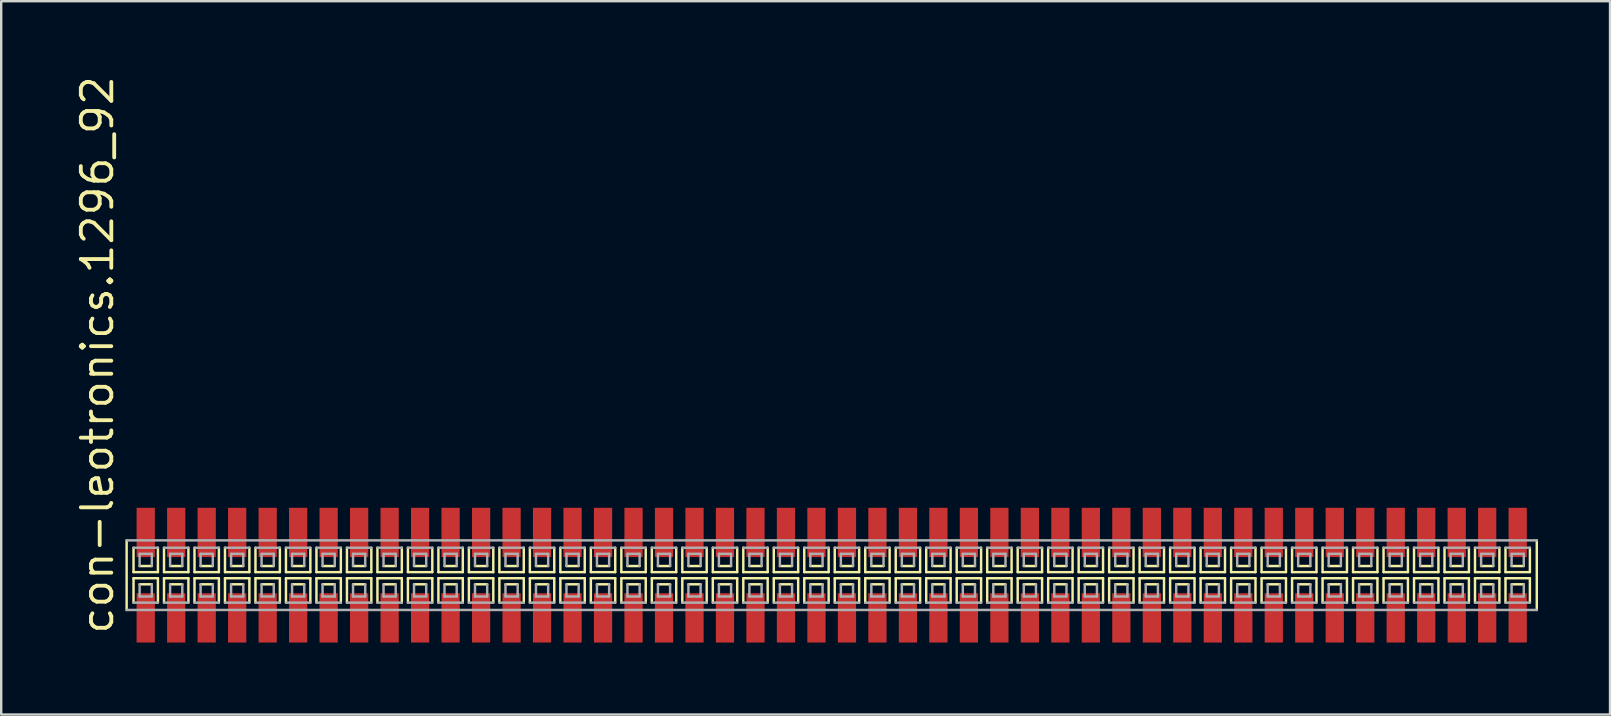
<source format=kicad_pcb>
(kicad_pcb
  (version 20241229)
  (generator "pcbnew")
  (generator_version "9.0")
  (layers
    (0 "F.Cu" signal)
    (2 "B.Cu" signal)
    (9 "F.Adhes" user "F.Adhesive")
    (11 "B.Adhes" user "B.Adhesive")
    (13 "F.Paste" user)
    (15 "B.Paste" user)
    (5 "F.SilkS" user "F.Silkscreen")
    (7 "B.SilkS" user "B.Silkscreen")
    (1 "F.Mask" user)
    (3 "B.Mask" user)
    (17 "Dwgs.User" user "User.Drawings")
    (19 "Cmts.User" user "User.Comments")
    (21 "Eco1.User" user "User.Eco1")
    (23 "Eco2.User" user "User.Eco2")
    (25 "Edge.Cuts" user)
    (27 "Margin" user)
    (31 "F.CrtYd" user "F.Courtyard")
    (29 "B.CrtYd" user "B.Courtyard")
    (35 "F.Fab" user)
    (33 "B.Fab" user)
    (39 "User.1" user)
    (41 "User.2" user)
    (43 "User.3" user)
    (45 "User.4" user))
  (footprint "con-leotronics.1296_92"
    (layer "F.Cu")
    (at 31.595 20.909)
    (property "Reference" "con-leotronics.1296_92" (at -29.845 2.54 90) (layer "F.SilkS") (effects (font (size 1.27 1.27) (thickness 0.16)) (justify left bottom)))
    (attr smd)
    (fp_line (start -29.37 -1.45) (end -29.37 1.45) (stroke (width 0.102) (type default)) (layer "F.SilkS"))
    (fp_line (start -29.083 -1.143) (end -29.083 -0.127) (stroke (width 0.102) (type default)) (layer "F.SilkS"))
    (fp_line (start -29.083 -0.127) (end -28.067 -0.127) (stroke (width 0.102) (type default)) (layer "F.SilkS"))
    (fp_line (start -29.083 0.127) (end -29.083 1.143) (stroke (width 0.102) (type default)) (layer "F.SilkS"))
    (fp_line (start -28.829 -0.381) (end -28.321 -0.381) (stroke (width 0.102) (type default)) (layer "F.SilkS"))
    (fp_line (start -28.321 0.381) (end -28.829 0.381) (stroke (width 0.102) (type default)) (layer "F.SilkS"))
    (fp_line (start -28.067 -0.127) (end -28.067 -1.143) (stroke (width 0.102) (type default)) (layer "F.SilkS"))
    (fp_line (start -28.067 0.127) (end -29.083 0.127) (stroke (width 0.102) (type default)) (layer "F.SilkS"))
    (fp_line (start -28.067 1.143) (end -28.067 0.127) (stroke (width 0.102) (type default)) (layer "F.SilkS"))
    (fp_line (start -27.813 -1.143) (end -27.813 -0.127) (stroke (width 0.102) (type default)) (layer "F.SilkS"))
    (fp_line (start -27.813 -0.127) (end -26.797 -0.127) (stroke (width 0.102) (type default)) (layer "F.SilkS"))
    (fp_line (start -27.813 0.127) (end -27.813 1.143) (stroke (width 0.102) (type default)) (layer "F.SilkS"))
    (fp_line (start -27.559 -0.381) (end -27.051 -0.381) (stroke (width 0.102) (type default)) (layer "F.SilkS"))
    (fp_line (start -27.051 0.381) (end -27.559 0.381) (stroke (width 0.102) (type default)) (layer "F.SilkS"))
    (fp_line (start -26.797 -0.127) (end -26.797 -1.143) (stroke (width 0.102) (type default)) (layer "F.SilkS"))
    (fp_line (start -26.797 0.127) (end -27.813 0.127) (stroke (width 0.102) (type default)) (layer "F.SilkS"))
    (fp_line (start -26.797 1.143) (end -26.797 0.127) (stroke (width 0.102) (type default)) (layer "F.SilkS"))
    (fp_line (start -26.543 -1.143) (end -26.543 -0.127) (stroke (width 0.102) (type default)) (layer "F.SilkS"))
    (fp_line (start -26.543 -0.127) (end -25.527 -0.127) (stroke (width 0.102) (type default)) (layer "F.SilkS"))
    (fp_line (start -26.543 0.127) (end -26.543 1.143) (stroke (width 0.102) (type default)) (layer "F.SilkS"))
    (fp_line (start -26.289 -0.381) (end -25.781 -0.381) (stroke (width 0.102) (type default)) (layer "F.SilkS"))
    (fp_line (start -25.781 0.381) (end -26.289 0.381) (stroke (width 0.102) (type default)) (layer "F.SilkS"))
    (fp_line (start -25.527 -0.127) (end -25.527 -1.143) (stroke (width 0.102) (type default)) (layer "F.SilkS"))
    (fp_line (start -25.527 0.127) (end -26.543 0.127) (stroke (width 0.102) (type default)) (layer "F.SilkS"))
    (fp_line (start -25.527 1.143) (end -25.527 0.127) (stroke (width 0.102) (type default)) (layer "F.SilkS"))
    (fp_line (start -25.273 -1.143) (end -25.273 -0.127) (stroke (width 0.102) (type default)) (layer "F.SilkS"))
    (fp_line (start -25.273 -0.127) (end -24.257 -0.127) (stroke (width 0.102) (type default)) (layer "F.SilkS"))
    (fp_line (start -25.273 0.127) (end -25.273 1.143) (stroke (width 0.102) (type default)) (layer "F.SilkS"))
    (fp_line (start -25.019 -0.381) (end -24.511 -0.381) (stroke (width 0.102) (type default)) (layer "F.SilkS"))
    (fp_line (start -24.511 0.381) (end -25.019 0.381) (stroke (width 0.102) (type default)) (layer "F.SilkS"))
    (fp_line (start -24.257 -0.127) (end -24.257 -1.143) (stroke (width 0.102) (type default)) (layer "F.SilkS"))
    (fp_line (start -24.257 0.127) (end -25.273 0.127) (stroke (width 0.102) (type default)) (layer "F.SilkS"))
    (fp_line (start -24.257 1.143) (end -24.257 0.127) (stroke (width 0.102) (type default)) (layer "F.SilkS"))
    (fp_line (start -24.003 -1.143) (end -24.003 -0.127) (stroke (width 0.102) (type default)) (layer "F.SilkS"))
    (fp_line (start -24.003 -0.127) (end -22.987 -0.127) (stroke (width 0.102) (type default)) (layer "F.SilkS"))
    (fp_line (start -24.003 0.127) (end -24.003 1.143) (stroke (width 0.102) (type default)) (layer "F.SilkS"))
    (fp_line (start -23.749 -0.381) (end -23.241 -0.381) (stroke (width 0.102) (type default)) (layer "F.SilkS"))
    (fp_line (start -23.241 0.381) (end -23.749 0.381) (stroke (width 0.102) (type default)) (layer "F.SilkS"))
    (fp_line (start -22.987 -0.127) (end -22.987 -1.143) (stroke (width 0.102) (type default)) (layer "F.SilkS"))
    (fp_line (start -22.987 0.127) (end -24.003 0.127) (stroke (width 0.102) (type default)) (layer "F.SilkS"))
    (fp_line (start -22.987 1.143) (end -22.987 0.127) (stroke (width 0.102) (type default)) (layer "F.SilkS"))
    (fp_line (start -22.733 -1.143) (end -22.733 -0.127) (stroke (width 0.102) (type default)) (layer "F.SilkS"))
    (fp_line (start -22.733 -0.127) (end -21.717 -0.127) (stroke (width 0.102) (type default)) (layer "F.SilkS"))
    (fp_line (start -22.733 0.127) (end -22.733 1.143) (stroke (width 0.102) (type default)) (layer "F.SilkS"))
    (fp_line (start -22.479 -0.381) (end -21.971 -0.381) (stroke (width 0.102) (type default)) (layer "F.SilkS"))
    (fp_line (start -21.971 0.381) (end -22.479 0.381) (stroke (width 0.102) (type default)) (layer "F.SilkS"))
    (fp_line (start -21.717 -0.127) (end -21.717 -1.143) (stroke (width 0.102) (type default)) (layer "F.SilkS"))
    (fp_line (start -21.717 0.127) (end -22.733 0.127) (stroke (width 0.102) (type default)) (layer "F.SilkS"))
    (fp_line (start -21.717 1.143) (end -21.717 0.127) (stroke (width 0.102) (type default)) (layer "F.SilkS"))
    (fp_line (start -21.463 -1.143) (end -21.463 -0.127) (stroke (width 0.102) (type default)) (layer "F.SilkS"))
    (fp_line (start -21.463 -0.127) (end -20.447 -0.127) (stroke (width 0.102) (type default)) (layer "F.SilkS"))
    (fp_line (start -21.463 0.127) (end -21.463 1.143) (stroke (width 0.102) (type default)) (layer "F.SilkS"))
    (fp_line (start -21.209 -0.381) (end -20.701 -0.381) (stroke (width 0.102) (type default)) (layer "F.SilkS"))
    (fp_line (start -20.701 0.381) (end -21.209 0.381) (stroke (width 0.102) (type default)) (layer "F.SilkS"))
    (fp_line (start -20.447 -0.127) (end -20.447 -1.143) (stroke (width 0.102) (type default)) (layer "F.SilkS"))
    (fp_line (start -20.447 0.127) (end -21.463 0.127) (stroke (width 0.102) (type default)) (layer "F.SilkS"))
    (fp_line (start -20.447 1.143) (end -20.447 0.127) (stroke (width 0.102) (type default)) (layer "F.SilkS"))
    (fp_line (start -20.193 -1.143) (end -20.193 -0.127) (stroke (width 0.102) (type default)) (layer "F.SilkS"))
    (fp_line (start -20.193 -0.127) (end -19.177 -0.127) (stroke (width 0.102) (type default)) (layer "F.SilkS"))
    (fp_line (start -20.193 0.127) (end -20.193 1.143) (stroke (width 0.102) (type default)) (layer "F.SilkS"))
    (fp_line (start -19.939 -0.381) (end -19.431 -0.381) (stroke (width 0.102) (type default)) (layer "F.SilkS"))
    (fp_line (start -19.431 0.381) (end -19.939 0.381) (stroke (width 0.102) (type default)) (layer "F.SilkS"))
    (fp_line (start -19.177 -0.127) (end -19.177 -1.143) (stroke (width 0.102) (type default)) (layer "F.SilkS"))
    (fp_line (start -19.177 0.127) (end -20.193 0.127) (stroke (width 0.102) (type default)) (layer "F.SilkS"))
    (fp_line (start -19.177 1.143) (end -19.177 0.127) (stroke (width 0.102) (type default)) (layer "F.SilkS"))
    (fp_line (start -18.923 -1.143) (end -18.923 -0.127) (stroke (width 0.102) (type default)) (layer "F.SilkS"))
    (fp_line (start -18.923 -0.127) (end -17.907 -0.127) (stroke (width 0.102) (type default)) (layer "F.SilkS"))
    (fp_line (start -18.923 0.127) (end -18.923 1.143) (stroke (width 0.102) (type default)) (layer "F.SilkS"))
    (fp_line (start -18.669 -0.381) (end -18.161 -0.381) (stroke (width 0.102) (type default)) (layer "F.SilkS"))
    (fp_line (start -18.161 0.381) (end -18.669 0.381) (stroke (width 0.102) (type default)) (layer "F.SilkS"))
    (fp_line (start -17.907 -0.127) (end -17.907 -1.143) (stroke (width 0.102) (type default)) (layer "F.SilkS"))
    (fp_line (start -17.907 0.127) (end -18.923 0.127) (stroke (width 0.102) (type default)) (layer "F.SilkS"))
    (fp_line (start -17.907 1.143) (end -17.907 0.127) (stroke (width 0.102) (type default)) (layer "F.SilkS"))
    (fp_line (start -17.653 -1.143) (end -17.653 -0.127) (stroke (width 0.102) (type default)) (layer "F.SilkS"))
    (fp_line (start -17.653 -0.127) (end -16.637 -0.127) (stroke (width 0.102) (type default)) (layer "F.SilkS"))
    (fp_line (start -17.653 0.127) (end -17.653 1.143) (stroke (width 0.102) (type default)) (layer "F.SilkS"))
    (fp_line (start -17.399 -0.381) (end -16.891 -0.381) (stroke (width 0.102) (type default)) (layer "F.SilkS"))
    (fp_line (start -16.891 0.381) (end -17.399 0.381) (stroke (width 0.102) (type default)) (layer "F.SilkS"))
    (fp_line (start -16.637 -0.127) (end -16.637 -1.143) (stroke (width 0.102) (type default)) (layer "F.SilkS"))
    (fp_line (start -16.637 0.127) (end -17.653 0.127) (stroke (width 0.102) (type default)) (layer "F.SilkS"))
    (fp_line (start -16.637 1.143) (end -16.637 0.127) (stroke (width 0.102) (type default)) (layer "F.SilkS"))
    (fp_line (start -16.383 -1.143) (end -16.383 -0.127) (stroke (width 0.102) (type default)) (layer "F.SilkS"))
    (fp_line (start -16.383 -0.127) (end -15.367 -0.127) (stroke (width 0.102) (type default)) (layer "F.SilkS"))
    (fp_line (start -16.383 0.127) (end -16.383 1.143) (stroke (width 0.102) (type default)) (layer "F.SilkS"))
    (fp_line (start -16.129 -0.381) (end -15.621 -0.381) (stroke (width 0.102) (type default)) (layer "F.SilkS"))
    (fp_line (start -15.621 0.381) (end -16.129 0.381) (stroke (width 0.102) (type default)) (layer "F.SilkS"))
    (fp_line (start -15.367 -0.127) (end -15.367 -1.143) (stroke (width 0.102) (type default)) (layer "F.SilkS"))
    (fp_line (start -15.367 0.127) (end -16.383 0.127) (stroke (width 0.102) (type default)) (layer "F.SilkS"))
    (fp_line (start -15.367 1.143) (end -15.367 0.127) (stroke (width 0.102) (type default)) (layer "F.SilkS"))
    (fp_line (start -15.113 -1.143) (end -15.113 -0.127) (stroke (width 0.102) (type default)) (layer "F.SilkS"))
    (fp_line (start -15.113 -0.127) (end -14.097 -0.127) (stroke (width 0.102) (type default)) (layer "F.SilkS"))
    (fp_line (start -15.113 0.127) (end -15.113 1.143) (stroke (width 0.102) (type default)) (layer "F.SilkS"))
    (fp_line (start -14.859 -0.381) (end -14.351 -0.381) (stroke (width 0.102) (type default)) (layer "F.SilkS"))
    (fp_line (start -14.351 0.381) (end -14.859 0.381) (stroke (width 0.102) (type default)) (layer "F.SilkS"))
    (fp_line (start -14.097 -0.127) (end -14.097 -1.143) (stroke (width 0.102) (type default)) (layer "F.SilkS"))
    (fp_line (start -14.097 0.127) (end -15.113 0.127) (stroke (width 0.102) (type default)) (layer "F.SilkS"))
    (fp_line (start -14.097 1.143) (end -14.097 0.127) (stroke (width 0.102) (type default)) (layer "F.SilkS"))
    (fp_line (start -13.843 -1.143) (end -13.843 -0.127) (stroke (width 0.102) (type default)) (layer "F.SilkS"))
    (fp_line (start -13.843 -0.127) (end -12.827 -0.127) (stroke (width 0.102) (type default)) (layer "F.SilkS"))
    (fp_line (start -13.843 0.127) (end -13.843 1.143) (stroke (width 0.102) (type default)) (layer "F.SilkS"))
    (fp_line (start -13.589 -0.381) (end -13.081 -0.381) (stroke (width 0.102) (type default)) (layer "F.SilkS"))
    (fp_line (start -13.081 0.381) (end -13.589 0.381) (stroke (width 0.102) (type default)) (layer "F.SilkS"))
    (fp_line (start -12.827 -0.127) (end -12.827 -1.143) (stroke (width 0.102) (type default)) (layer "F.SilkS"))
    (fp_line (start -12.827 0.127) (end -13.843 0.127) (stroke (width 0.102) (type default)) (layer "F.SilkS"))
    (fp_line (start -12.827 1.143) (end -12.827 0.127) (stroke (width 0.102) (type default)) (layer "F.SilkS"))
    (fp_line (start -12.573 -1.143) (end -12.573 -0.127) (stroke (width 0.102) (type default)) (layer "F.SilkS"))
    (fp_line (start -12.573 -0.127) (end -11.557 -0.127) (stroke (width 0.102) (type default)) (layer "F.SilkS"))
    (fp_line (start -12.573 0.127) (end -12.573 1.143) (stroke (width 0.102) (type default)) (layer "F.SilkS"))
    (fp_line (start -12.319 -0.381) (end -11.811 -0.381) (stroke (width 0.102) (type default)) (layer "F.SilkS"))
    (fp_line (start -11.811 0.381) (end -12.319 0.381) (stroke (width 0.102) (type default)) (layer "F.SilkS"))
    (fp_line (start -11.557 -0.127) (end -11.557 -1.143) (stroke (width 0.102) (type default)) (layer "F.SilkS"))
    (fp_line (start -11.557 0.127) (end -12.573 0.127) (stroke (width 0.102) (type default)) (layer "F.SilkS"))
    (fp_line (start -11.557 1.143) (end -11.557 0.127) (stroke (width 0.102) (type default)) (layer "F.SilkS"))
    (fp_line (start -11.303 -1.143) (end -11.303 -0.127) (stroke (width 0.102) (type default)) (layer "F.SilkS"))
    (fp_line (start -11.303 -0.127) (end -10.287 -0.127) (stroke (width 0.102) (type default)) (layer "F.SilkS"))
    (fp_line (start -11.303 0.127) (end -11.303 1.143) (stroke (width 0.102) (type default)) (layer "F.SilkS"))
    (fp_line (start -11.049 -0.381) (end -10.541 -0.381) (stroke (width 0.102) (type default)) (layer "F.SilkS"))
    (fp_line (start -10.541 0.381) (end -11.049 0.381) (stroke (width 0.102) (type default)) (layer "F.SilkS"))
    (fp_line (start -10.287 -0.127) (end -10.287 -1.143) (stroke (width 0.102) (type default)) (layer "F.SilkS"))
    (fp_line (start -10.287 0.127) (end -11.303 0.127) (stroke (width 0.102) (type default)) (layer "F.SilkS"))
    (fp_line (start -10.287 1.143) (end -10.287 0.127) (stroke (width 0.102) (type default)) (layer "F.SilkS"))
    (fp_line (start -10.033 -1.143) (end -10.033 -0.127) (stroke (width 0.102) (type default)) (layer "F.SilkS"))
    (fp_line (start -10.033 -0.127) (end -9.017 -0.127) (stroke (width 0.102) (type default)) (layer "F.SilkS"))
    (fp_line (start -10.033 0.127) (end -10.033 1.143) (stroke (width 0.102) (type default)) (layer "F.SilkS"))
    (fp_line (start -9.779 -0.381) (end -9.271 -0.381) (stroke (width 0.102) (type default)) (layer "F.SilkS"))
    (fp_line (start -9.271 0.381) (end -9.779 0.381) (stroke (width 0.102) (type default)) (layer "F.SilkS"))
    (fp_line (start -9.017 -0.127) (end -9.017 -1.143) (stroke (width 0.102) (type default)) (layer "F.SilkS"))
    (fp_line (start -9.017 0.127) (end -10.033 0.127) (stroke (width 0.102) (type default)) (layer "F.SilkS"))
    (fp_line (start -9.017 1.143) (end -9.017 0.127) (stroke (width 0.102) (type default)) (layer "F.SilkS"))
    (fp_line (start -8.763 -1.143) (end -8.763 -0.127) (stroke (width 0.102) (type default)) (layer "F.SilkS"))
    (fp_line (start -8.763 -0.127) (end -7.747 -0.127) (stroke (width 0.102) (type default)) (layer "F.SilkS"))
    (fp_line (start -8.763 0.127) (end -8.763 1.143) (stroke (width 0.102) (type default)) (layer "F.SilkS"))
    (fp_line (start -8.509 -0.381) (end -8.001 -0.381) (stroke (width 0.102) (type default)) (layer "F.SilkS"))
    (fp_line (start -8.001 0.381) (end -8.509 0.381) (stroke (width 0.102) (type default)) (layer "F.SilkS"))
    (fp_line (start -7.747 -0.127) (end -7.747 -1.143) (stroke (width 0.102) (type default)) (layer "F.SilkS"))
    (fp_line (start -7.747 0.127) (end -8.763 0.127) (stroke (width 0.102) (type default)) (layer "F.SilkS"))
    (fp_line (start -7.747 1.143) (end -7.747 0.127) (stroke (width 0.102) (type default)) (layer "F.SilkS"))
    (fp_line (start -7.493 -1.143) (end -7.493 -0.127) (stroke (width 0.102) (type default)) (layer "F.SilkS"))
    (fp_line (start -7.493 -0.127) (end -6.477 -0.127) (stroke (width 0.102) (type default)) (layer "F.SilkS"))
    (fp_line (start -7.493 0.127) (end -7.493 1.143) (stroke (width 0.102) (type default)) (layer "F.SilkS"))
    (fp_line (start -7.239 -0.381) (end -6.731 -0.381) (stroke (width 0.102) (type default)) (layer "F.SilkS"))
    (fp_line (start -6.731 0.381) (end -7.239 0.381) (stroke (width 0.102) (type default)) (layer "F.SilkS"))
    (fp_line (start -6.477 -0.127) (end -6.477 -1.143) (stroke (width 0.102) (type default)) (layer "F.SilkS"))
    (fp_line (start -6.477 0.127) (end -7.493 0.127) (stroke (width 0.102) (type default)) (layer "F.SilkS"))
    (fp_line (start -6.477 1.143) (end -6.477 0.127) (stroke (width 0.102) (type default)) (layer "F.SilkS"))
    (fp_line (start -6.223 -1.143) (end -6.223 -0.127) (stroke (width 0.102) (type default)) (layer "F.SilkS"))
    (fp_line (start -6.223 -0.127) (end -5.207 -0.127) (stroke (width 0.102) (type default)) (layer "F.SilkS"))
    (fp_line (start -6.223 0.127) (end -6.223 1.143) (stroke (width 0.102) (type default)) (layer "F.SilkS"))
    (fp_line (start -5.969 -0.381) (end -5.461 -0.381) (stroke (width 0.102) (type default)) (layer "F.SilkS"))
    (fp_line (start -5.461 0.381) (end -5.969 0.381) (stroke (width 0.102) (type default)) (layer "F.SilkS"))
    (fp_line (start -5.207 -0.127) (end -5.207 -1.143) (stroke (width 0.102) (type default)) (layer "F.SilkS"))
    (fp_line (start -5.207 0.127) (end -6.223 0.127) (stroke (width 0.102) (type default)) (layer "F.SilkS"))
    (fp_line (start -5.207 1.143) (end -5.207 0.127) (stroke (width 0.102) (type default)) (layer "F.SilkS"))
    (fp_line (start -4.953 -1.143) (end -4.953 -0.127) (stroke (width 0.102) (type default)) (layer "F.SilkS"))
    (fp_line (start -4.953 -0.127) (end -3.937 -0.127) (stroke (width 0.102) (type default)) (layer "F.SilkS"))
    (fp_line (start -4.953 0.127) (end -4.953 1.143) (stroke (width 0.102) (type default)) (layer "F.SilkS"))
    (fp_line (start -4.699 -0.381) (end -4.191 -0.381) (stroke (width 0.102) (type default)) (layer "F.SilkS"))
    (fp_line (start -4.191 0.381) (end -4.699 0.381) (stroke (width 0.102) (type default)) (layer "F.SilkS"))
    (fp_line (start -3.937 -0.127) (end -3.937 -1.143) (stroke (width 0.102) (type default)) (layer "F.SilkS"))
    (fp_line (start -3.937 0.127) (end -4.953 0.127) (stroke (width 0.102) (type default)) (layer "F.SilkS"))
    (fp_line (start -3.937 1.143) (end -3.937 0.127) (stroke (width 0.102) (type default)) (layer "F.SilkS"))
    (fp_line (start -3.683 -1.143) (end -3.683 -0.127) (stroke (width 0.102) (type default)) (layer "F.SilkS"))
    (fp_line (start -3.683 -0.127) (end -2.667 -0.127) (stroke (width 0.102) (type default)) (layer "F.SilkS"))
    (fp_line (start -3.683 0.127) (end -3.683 1.143) (stroke (width 0.102) (type default)) (layer "F.SilkS"))
    (fp_line (start -3.429 -0.381) (end -2.921 -0.381) (stroke (width 0.102) (type default)) (layer "F.SilkS"))
    (fp_line (start -2.921 0.381) (end -3.429 0.381) (stroke (width 0.102) (type default)) (layer "F.SilkS"))
    (fp_line (start -2.667 -0.127) (end -2.667 -1.143) (stroke (width 0.102) (type default)) (layer "F.SilkS"))
    (fp_line (start -2.667 0.127) (end -3.683 0.127) (stroke (width 0.102) (type default)) (layer "F.SilkS"))
    (fp_line (start -2.667 1.143) (end -2.667 0.127) (stroke (width 0.102) (type default)) (layer "F.SilkS"))
    (fp_line (start -2.413 -1.143) (end -2.413 -0.127) (stroke (width 0.102) (type default)) (layer "F.SilkS"))
    (fp_line (start -2.413 -0.127) (end -1.397 -0.127) (stroke (width 0.102) (type default)) (layer "F.SilkS"))
    (fp_line (start -2.413 0.127) (end -2.413 1.143) (stroke (width 0.102) (type default)) (layer "F.SilkS"))
    (fp_line (start -2.159 -0.381) (end -1.651 -0.381) (stroke (width 0.102) (type default)) (layer "F.SilkS"))
    (fp_line (start -1.651 0.381) (end -2.159 0.381) (stroke (width 0.102) (type default)) (layer "F.SilkS"))
    (fp_line (start -1.397 -0.127) (end -1.397 -1.143) (stroke (width 0.102) (type default)) (layer "F.SilkS"))
    (fp_line (start -1.397 0.127) (end -2.413 0.127) (stroke (width 0.102) (type default)) (layer "F.SilkS"))
    (fp_line (start -1.397 1.143) (end -1.397 0.127) (stroke (width 0.102) (type default)) (layer "F.SilkS"))
    (fp_line (start -1.143 -1.143) (end -1.143 -0.127) (stroke (width 0.102) (type default)) (layer "F.SilkS"))
    (fp_line (start -1.143 -0.127) (end -0.127 -0.127) (stroke (width 0.102) (type default)) (layer "F.SilkS"))
    (fp_line (start -1.143 0.127) (end -1.143 1.143) (stroke (width 0.102) (type default)) (layer "F.SilkS"))
    (fp_line (start -0.889 -0.381) (end -0.381 -0.381) (stroke (width 0.102) (type default)) (layer "F.SilkS"))
    (fp_line (start -0.381 0.381) (end -0.889 0.381) (stroke (width 0.102) (type default)) (layer "F.SilkS"))
    (fp_line (start -0.127 -0.127) (end -0.127 -1.143) (stroke (width 0.102) (type default)) (layer "F.SilkS"))
    (fp_line (start -0.127 0.127) (end -1.143 0.127) (stroke (width 0.102) (type default)) (layer "F.SilkS"))
    (fp_line (start -0.127 1.143) (end -0.127 0.127) (stroke (width 0.102) (type default)) (layer "F.SilkS"))
    (fp_line (start 0.127 -1.143) (end 0.127 -0.127) (stroke (width 0.102) (type default)) (layer "F.SilkS"))
    (fp_line (start 0.127 -0.127) (end 1.143 -0.127) (stroke (width 0.102) (type default)) (layer "F.SilkS"))
    (fp_line (start 0.127 0.127) (end 0.127 1.143) (stroke (width 0.102) (type default)) (layer "F.SilkS"))
    (fp_line (start 0.381 -0.381) (end 0.889 -0.381) (stroke (width 0.102) (type default)) (layer "F.SilkS"))
    (fp_line (start 0.889 0.381) (end 0.381 0.381) (stroke (width 0.102) (type default)) (layer "F.SilkS"))
    (fp_line (start 1.143 -0.127) (end 1.143 -1.143) (stroke (width 0.102) (type default)) (layer "F.SilkS"))
    (fp_line (start 1.143 0.127) (end 0.127 0.127) (stroke (width 0.102) (type default)) (layer "F.SilkS"))
    (fp_line (start 1.143 1.143) (end 1.143 0.127) (stroke (width 0.102) (type default)) (layer "F.SilkS"))
    (fp_line (start 1.397 -1.143) (end 1.397 -0.127) (stroke (width 0.102) (type default)) (layer "F.SilkS"))
    (fp_line (start 1.397 -0.127) (end 2.413 -0.127) (stroke (width 0.102) (type default)) (layer "F.SilkS"))
    (fp_line (start 1.397 0.127) (end 1.397 1.143) (stroke (width 0.102) (type default)) (layer "F.SilkS"))
    (fp_line (start 1.651 -0.381) (end 2.159 -0.381) (stroke (width 0.102) (type default)) (layer "F.SilkS"))
    (fp_line (start 2.159 0.381) (end 1.651 0.381) (stroke (width 0.102) (type default)) (layer "F.SilkS"))
    (fp_line (start 2.413 -0.127) (end 2.413 -1.143) (stroke (width 0.102) (type default)) (layer "F.SilkS"))
    (fp_line (start 2.413 0.127) (end 1.397 0.127) (stroke (width 0.102) (type default)) (layer "F.SilkS"))
    (fp_line (start 2.413 1.143) (end 2.413 0.127) (stroke (width 0.102) (type default)) (layer "F.SilkS"))
    (fp_line (start 2.667 -1.143) (end 2.667 -0.127) (stroke (width 0.102) (type default)) (layer "F.SilkS"))
    (fp_line (start 2.667 -0.127) (end 3.683 -0.127) (stroke (width 0.102) (type default)) (layer "F.SilkS"))
    (fp_line (start 2.667 0.127) (end 2.667 1.143) (stroke (width 0.102) (type default)) (layer "F.SilkS"))
    (fp_line (start 2.921 -0.381) (end 3.429 -0.381) (stroke (width 0.102) (type default)) (layer "F.SilkS"))
    (fp_line (start 3.429 0.381) (end 2.921 0.381) (stroke (width 0.102) (type default)) (layer "F.SilkS"))
    (fp_line (start 3.683 -0.127) (end 3.683 -1.143) (stroke (width 0.102) (type default)) (layer "F.SilkS"))
    (fp_line (start 3.683 0.127) (end 2.667 0.127) (stroke (width 0.102) (type default)) (layer "F.SilkS"))
    (fp_line (start 3.683 1.143) (end 3.683 0.127) (stroke (width 0.102) (type default)) (layer "F.SilkS"))
    (fp_line (start 3.937 -1.143) (end 3.937 -0.127) (stroke (width 0.102) (type default)) (layer "F.SilkS"))
    (fp_line (start 3.937 -0.127) (end 4.953 -0.127) (stroke (width 0.102) (type default)) (layer "F.SilkS"))
    (fp_line (start 3.937 0.127) (end 3.937 1.143) (stroke (width 0.102) (type default)) (layer "F.SilkS"))
    (fp_line (start 4.191 -0.381) (end 4.699 -0.381) (stroke (width 0.102) (type default)) (layer "F.SilkS"))
    (fp_line (start 4.699 0.381) (end 4.191 0.381) (stroke (width 0.102) (type default)) (layer "F.SilkS"))
    (fp_line (start 4.953 -0.127) (end 4.953 -1.143) (stroke (width 0.102) (type default)) (layer "F.SilkS"))
    (fp_line (start 4.953 0.127) (end 3.937 0.127) (stroke (width 0.102) (type default)) (layer "F.SilkS"))
    (fp_line (start 4.953 1.143) (end 4.953 0.127) (stroke (width 0.102) (type default)) (layer "F.SilkS"))
    (fp_line (start 5.207 -1.143) (end 5.207 -0.127) (stroke (width 0.102) (type default)) (layer "F.SilkS"))
    (fp_line (start 5.207 -0.127) (end 6.223 -0.127) (stroke (width 0.102) (type default)) (layer "F.SilkS"))
    (fp_line (start 5.207 0.127) (end 5.207 1.143) (stroke (width 0.102) (type default)) (layer "F.SilkS"))
    (fp_line (start 5.461 -0.381) (end 5.969 -0.381) (stroke (width 0.102) (type default)) (layer "F.SilkS"))
    (fp_line (start 5.969 0.381) (end 5.461 0.381) (stroke (width 0.102) (type default)) (layer "F.SilkS"))
    (fp_line (start 6.223 -0.127) (end 6.223 -1.143) (stroke (width 0.102) (type default)) (layer "F.SilkS"))
    (fp_line (start 6.223 0.127) (end 5.207 0.127) (stroke (width 0.102) (type default)) (layer "F.SilkS"))
    (fp_line (start 6.223 1.143) (end 6.223 0.127) (stroke (width 0.102) (type default)) (layer "F.SilkS"))
    (fp_line (start 6.477 -1.143) (end 6.477 -0.127) (stroke (width 0.102) (type default)) (layer "F.SilkS"))
    (fp_line (start 6.477 -0.127) (end 7.493 -0.127) (stroke (width 0.102) (type default)) (layer "F.SilkS"))
    (fp_line (start 6.477 0.127) (end 6.477 1.143) (stroke (width 0.102) (type default)) (layer "F.SilkS"))
    (fp_line (start 6.731 -0.381) (end 7.239 -0.381) (stroke (width 0.102) (type default)) (layer "F.SilkS"))
    (fp_line (start 7.239 0.381) (end 6.731 0.381) (stroke (width 0.102) (type default)) (layer "F.SilkS"))
    (fp_line (start 7.493 -0.127) (end 7.493 -1.143) (stroke (width 0.102) (type default)) (layer "F.SilkS"))
    (fp_line (start 7.493 0.127) (end 6.477 0.127) (stroke (width 0.102) (type default)) (layer "F.SilkS"))
    (fp_line (start 7.493 1.143) (end 7.493 0.127) (stroke (width 0.102) (type default)) (layer "F.SilkS"))
    (fp_line (start 7.747 -1.143) (end 7.747 -0.127) (stroke (width 0.102) (type default)) (layer "F.SilkS"))
    (fp_line (start 7.747 -0.127) (end 8.763 -0.127) (stroke (width 0.102) (type default)) (layer "F.SilkS"))
    (fp_line (start 7.747 0.127) (end 7.747 1.143) (stroke (width 0.102) (type default)) (layer "F.SilkS"))
    (fp_line (start 8.001 -0.381) (end 8.509 -0.381) (stroke (width 0.102) (type default)) (layer "F.SilkS"))
    (fp_line (start 8.509 0.381) (end 8.001 0.381) (stroke (width 0.102) (type default)) (layer "F.SilkS"))
    (fp_line (start 8.763 -0.127) (end 8.763 -1.143) (stroke (width 0.102) (type default)) (layer "F.SilkS"))
    (fp_line (start 8.763 0.127) (end 7.747 0.127) (stroke (width 0.102) (type default)) (layer "F.SilkS"))
    (fp_line (start 8.763 1.143) (end 8.763 0.127) (stroke (width 0.102) (type default)) (layer "F.SilkS"))
    (fp_line (start 9.017 -1.143) (end 9.017 -0.127) (stroke (width 0.102) (type default)) (layer "F.SilkS"))
    (fp_line (start 9.017 -0.127) (end 10.033 -0.127) (stroke (width 0.102) (type default)) (layer "F.SilkS"))
    (fp_line (start 9.017 0.127) (end 9.017 1.143) (stroke (width 0.102) (type default)) (layer "F.SilkS"))
    (fp_line (start 9.271 -0.381) (end 9.779 -0.381) (stroke (width 0.102) (type default)) (layer "F.SilkS"))
    (fp_line (start 9.779 0.381) (end 9.271 0.381) (stroke (width 0.102) (type default)) (layer "F.SilkS"))
    (fp_line (start 10.033 -0.127) (end 10.033 -1.143) (stroke (width 0.102) (type default)) (layer "F.SilkS"))
    (fp_line (start 10.033 0.127) (end 9.017 0.127) (stroke (width 0.102) (type default)) (layer "F.SilkS"))
    (fp_line (start 10.033 1.143) (end 10.033 0.127) (stroke (width 0.102) (type default)) (layer "F.SilkS"))
    (fp_line (start 10.287 -1.143) (end 10.287 -0.127) (stroke (width 0.102) (type default)) (layer "F.SilkS"))
    (fp_line (start 10.287 -0.127) (end 11.303 -0.127) (stroke (width 0.102) (type default)) (layer "F.SilkS"))
    (fp_line (start 10.287 0.127) (end 10.287 1.143) (stroke (width 0.102) (type default)) (layer "F.SilkS"))
    (fp_line (start 10.541 -0.381) (end 11.049 -0.381) (stroke (width 0.102) (type default)) (layer "F.SilkS"))
    (fp_line (start 11.049 0.381) (end 10.541 0.381) (stroke (width 0.102) (type default)) (layer "F.SilkS"))
    (fp_line (start 11.303 -0.127) (end 11.303 -1.143) (stroke (width 0.102) (type default)) (layer "F.SilkS"))
    (fp_line (start 11.303 0.127) (end 10.287 0.127) (stroke (width 0.102) (type default)) (layer "F.SilkS"))
    (fp_line (start 11.303 1.143) (end 11.303 0.127) (stroke (width 0.102) (type default)) (layer "F.SilkS"))
    (fp_line (start 11.557 -1.143) (end 11.557 -0.127) (stroke (width 0.102) (type default)) (layer "F.SilkS"))
    (fp_line (start 11.557 -0.127) (end 12.573 -0.127) (stroke (width 0.102) (type default)) (layer "F.SilkS"))
    (fp_line (start 11.557 0.127) (end 11.557 1.143) (stroke (width 0.102) (type default)) (layer "F.SilkS"))
    (fp_line (start 11.811 -0.381) (end 12.319 -0.381) (stroke (width 0.102) (type default)) (layer "F.SilkS"))
    (fp_line (start 12.319 0.381) (end 11.811 0.381) (stroke (width 0.102) (type default)) (layer "F.SilkS"))
    (fp_line (start 12.573 -0.127) (end 12.573 -1.143) (stroke (width 0.102) (type default)) (layer "F.SilkS"))
    (fp_line (start 12.573 0.127) (end 11.557 0.127) (stroke (width 0.102) (type default)) (layer "F.SilkS"))
    (fp_line (start 12.573 1.143) (end 12.573 0.127) (stroke (width 0.102) (type default)) (layer "F.SilkS"))
    (fp_line (start 12.827 -1.143) (end 12.827 -0.127) (stroke (width 0.102) (type default)) (layer "F.SilkS"))
    (fp_line (start 12.827 -0.127) (end 13.843 -0.127) (stroke (width 0.102) (type default)) (layer "F.SilkS"))
    (fp_line (start 12.827 0.127) (end 12.827 1.143) (stroke (width 0.102) (type default)) (layer "F.SilkS"))
    (fp_line (start 13.081 -0.381) (end 13.589 -0.381) (stroke (width 0.102) (type default)) (layer "F.SilkS"))
    (fp_line (start 13.589 0.381) (end 13.081 0.381) (stroke (width 0.102) (type default)) (layer "F.SilkS"))
    (fp_line (start 13.843 -0.127) (end 13.843 -1.143) (stroke (width 0.102) (type default)) (layer "F.SilkS"))
    (fp_line (start 13.843 0.127) (end 12.827 0.127) (stroke (width 0.102) (type default)) (layer "F.SilkS"))
    (fp_line (start 13.843 1.143) (end 13.843 0.127) (stroke (width 0.102) (type default)) (layer "F.SilkS"))
    (fp_line (start 14.097 -1.143) (end 14.097 -0.127) (stroke (width 0.102) (type default)) (layer "F.SilkS"))
    (fp_line (start 14.097 -0.127) (end 15.113 -0.127) (stroke (width 0.102) (type default)) (layer "F.SilkS"))
    (fp_line (start 14.097 0.127) (end 14.097 1.143) (stroke (width 0.102) (type default)) (layer "F.SilkS"))
    (fp_line (start 14.351 -0.381) (end 14.859 -0.381) (stroke (width 0.102) (type default)) (layer "F.SilkS"))
    (fp_line (start 14.859 0.381) (end 14.351 0.381) (stroke (width 0.102) (type default)) (layer "F.SilkS"))
    (fp_line (start 15.113 -0.127) (end 15.113 -1.143) (stroke (width 0.102) (type default)) (layer "F.SilkS"))
    (fp_line (start 15.113 0.127) (end 14.097 0.127) (stroke (width 0.102) (type default)) (layer "F.SilkS"))
    (fp_line (start 15.113 1.143) (end 15.113 0.127) (stroke (width 0.102) (type default)) (layer "F.SilkS"))
    (fp_line (start 15.367 -1.143) (end 15.367 -0.127) (stroke (width 0.102) (type default)) (layer "F.SilkS"))
    (fp_line (start 15.367 -0.127) (end 16.383 -0.127) (stroke (width 0.102) (type default)) (layer "F.SilkS"))
    (fp_line (start 15.367 0.127) (end 15.367 1.143) (stroke (width 0.102) (type default)) (layer "F.SilkS"))
    (fp_line (start 15.621 -0.381) (end 16.129 -0.381) (stroke (width 0.102) (type default)) (layer "F.SilkS"))
    (fp_line (start 16.129 0.381) (end 15.621 0.381) (stroke (width 0.102) (type default)) (layer "F.SilkS"))
    (fp_line (start 16.383 -0.127) (end 16.383 -1.143) (stroke (width 0.102) (type default)) (layer "F.SilkS"))
    (fp_line (start 16.383 0.127) (end 15.367 0.127) (stroke (width 0.102) (type default)) (layer "F.SilkS"))
    (fp_line (start 16.383 1.143) (end 16.383 0.127) (stroke (width 0.102) (type default)) (layer "F.SilkS"))
    (fp_line (start 16.637 -1.143) (end 16.637 -0.127) (stroke (width 0.102) (type default)) (layer "F.SilkS"))
    (fp_line (start 16.637 -0.127) (end 17.653 -0.127) (stroke (width 0.102) (type default)) (layer "F.SilkS"))
    (fp_line (start 16.637 0.127) (end 16.637 1.143) (stroke (width 0.102) (type default)) (layer "F.SilkS"))
    (fp_line (start 16.891 -0.381) (end 17.399 -0.381) (stroke (width 0.102) (type default)) (layer "F.SilkS"))
    (fp_line (start 17.399 0.381) (end 16.891 0.381) (stroke (width 0.102) (type default)) (layer "F.SilkS"))
    (fp_line (start 17.653 -0.127) (end 17.653 -1.143) (stroke (width 0.102) (type default)) (layer "F.SilkS"))
    (fp_line (start 17.653 0.127) (end 16.637 0.127) (stroke (width 0.102) (type default)) (layer "F.SilkS"))
    (fp_line (start 17.653 1.143) (end 17.653 0.127) (stroke (width 0.102) (type default)) (layer "F.SilkS"))
    (fp_line (start 17.907 -1.143) (end 17.907 -0.127) (stroke (width 0.102) (type default)) (layer "F.SilkS"))
    (fp_line (start 17.907 -0.127) (end 18.923 -0.127) (stroke (width 0.102) (type default)) (layer "F.SilkS"))
    (fp_line (start 17.907 0.127) (end 17.907 1.143) (stroke (width 0.102) (type default)) (layer "F.SilkS"))
    (fp_line (start 18.161 -0.381) (end 18.669 -0.381) (stroke (width 0.102) (type default)) (layer "F.SilkS"))
    (fp_line (start 18.669 0.381) (end 18.161 0.381) (stroke (width 0.102) (type default)) (layer "F.SilkS"))
    (fp_line (start 18.923 -0.127) (end 18.923 -1.143) (stroke (width 0.102) (type default)) (layer "F.SilkS"))
    (fp_line (start 18.923 0.127) (end 17.907 0.127) (stroke (width 0.102) (type default)) (layer "F.SilkS"))
    (fp_line (start 18.923 1.143) (end 18.923 0.127) (stroke (width 0.102) (type default)) (layer "F.SilkS"))
    (fp_line (start 19.177 -1.143) (end 19.177 -0.127) (stroke (width 0.102) (type default)) (layer "F.SilkS"))
    (fp_line (start 19.177 -0.127) (end 20.193 -0.127) (stroke (width 0.102) (type default)) (layer "F.SilkS"))
    (fp_line (start 19.177 0.127) (end 19.177 1.143) (stroke (width 0.102) (type default)) (layer "F.SilkS"))
    (fp_line (start 19.431 -0.381) (end 19.939 -0.381) (stroke (width 0.102) (type default)) (layer "F.SilkS"))
    (fp_line (start 19.939 0.381) (end 19.431 0.381) (stroke (width 0.102) (type default)) (layer "F.SilkS"))
    (fp_line (start 20.193 -0.127) (end 20.193 -1.143) (stroke (width 0.102) (type default)) (layer "F.SilkS"))
    (fp_line (start 20.193 0.127) (end 19.177 0.127) (stroke (width 0.102) (type default)) (layer "F.SilkS"))
    (fp_line (start 20.193 1.143) (end 20.193 0.127) (stroke (width 0.102) (type default)) (layer "F.SilkS"))
    (fp_line (start 20.447 -1.143) (end 20.447 -0.127) (stroke (width 0.102) (type default)) (layer "F.SilkS"))
    (fp_line (start 20.447 -0.127) (end 21.463 -0.127) (stroke (width 0.102) (type default)) (layer "F.SilkS"))
    (fp_line (start 20.447 0.127) (end 20.447 1.143) (stroke (width 0.102) (type default)) (layer "F.SilkS"))
    (fp_line (start 20.701 -0.381) (end 21.209 -0.381) (stroke (width 0.102) (type default)) (layer "F.SilkS"))
    (fp_line (start 21.209 0.381) (end 20.701 0.381) (stroke (width 0.102) (type default)) (layer "F.SilkS"))
    (fp_line (start 21.463 -0.127) (end 21.463 -1.143) (stroke (width 0.102) (type default)) (layer "F.SilkS"))
    (fp_line (start 21.463 0.127) (end 20.447 0.127) (stroke (width 0.102) (type default)) (layer "F.SilkS"))
    (fp_line (start 21.463 1.143) (end 21.463 0.127) (stroke (width 0.102) (type default)) (layer "F.SilkS"))
    (fp_line (start 21.717 -1.143) (end 21.717 -0.127) (stroke (width 0.102) (type default)) (layer "F.SilkS"))
    (fp_line (start 21.717 -0.127) (end 22.733 -0.127) (stroke (width 0.102) (type default)) (layer "F.SilkS"))
    (fp_line (start 21.717 0.127) (end 21.717 1.143) (stroke (width 0.102) (type default)) (layer "F.SilkS"))
    (fp_line (start 21.971 -0.381) (end 22.479 -0.381) (stroke (width 0.102) (type default)) (layer "F.SilkS"))
    (fp_line (start 22.479 0.381) (end 21.971 0.381) (stroke (width 0.102) (type default)) (layer "F.SilkS"))
    (fp_line (start 22.733 -0.127) (end 22.733 -1.143) (stroke (width 0.102) (type default)) (layer "F.SilkS"))
    (fp_line (start 22.733 0.127) (end 21.717 0.127) (stroke (width 0.102) (type default)) (layer "F.SilkS"))
    (fp_line (start 22.733 1.143) (end 22.733 0.127) (stroke (width 0.102) (type default)) (layer "F.SilkS"))
    (fp_line (start 22.987 -1.143) (end 22.987 -0.127) (stroke (width 0.102) (type default)) (layer "F.SilkS"))
    (fp_line (start 22.987 -0.127) (end 24.003 -0.127) (stroke (width 0.102) (type default)) (layer "F.SilkS"))
    (fp_line (start 22.987 0.127) (end 22.987 1.143) (stroke (width 0.102) (type default)) (layer "F.SilkS"))
    (fp_line (start 23.241 -0.381) (end 23.749 -0.381) (stroke (width 0.102) (type default)) (layer "F.SilkS"))
    (fp_line (start 23.749 0.381) (end 23.241 0.381) (stroke (width 0.102) (type default)) (layer "F.SilkS"))
    (fp_line (start 24.003 -0.127) (end 24.003 -1.143) (stroke (width 0.102) (type default)) (layer "F.SilkS"))
    (fp_line (start 24.003 0.127) (end 22.987 0.127) (stroke (width 0.102) (type default)) (layer "F.SilkS"))
    (fp_line (start 24.003 1.143) (end 24.003 0.127) (stroke (width 0.102) (type default)) (layer "F.SilkS"))
    (fp_line (start 24.257 -1.143) (end 24.257 -0.127) (stroke (width 0.102) (type default)) (layer "F.SilkS"))
    (fp_line (start 24.257 -0.127) (end 25.273 -0.127) (stroke (width 0.102) (type default)) (layer "F.SilkS"))
    (fp_line (start 24.257 0.127) (end 24.257 1.143) (stroke (width 0.102) (type default)) (layer "F.SilkS"))
    (fp_line (start 24.511 -0.381) (end 25.019 -0.381) (stroke (width 0.102) (type default)) (layer "F.SilkS"))
    (fp_line (start 25.019 0.381) (end 24.511 0.381) (stroke (width 0.102) (type default)) (layer "F.SilkS"))
    (fp_line (start 25.273 -0.127) (end 25.273 -1.143) (stroke (width 0.102) (type default)) (layer "F.SilkS"))
    (fp_line (start 25.273 0.127) (end 24.257 0.127) (stroke (width 0.102) (type default)) (layer "F.SilkS"))
    (fp_line (start 25.273 1.143) (end 25.273 0.127) (stroke (width 0.102) (type default)) (layer "F.SilkS"))
    (fp_line (start 25.527 -1.143) (end 25.527 -0.127) (stroke (width 0.102) (type default)) (layer "F.SilkS"))
    (fp_line (start 25.527 -0.127) (end 26.543 -0.127) (stroke (width 0.102) (type default)) (layer "F.SilkS"))
    (fp_line (start 25.527 0.127) (end 25.527 1.143) (stroke (width 0.102) (type default)) (layer "F.SilkS"))
    (fp_line (start 25.781 -0.381) (end 26.289 -0.381) (stroke (width 0.102) (type default)) (layer "F.SilkS"))
    (fp_line (start 26.289 0.381) (end 25.781 0.381) (stroke (width 0.102) (type default)) (layer "F.SilkS"))
    (fp_line (start 26.543 -0.127) (end 26.543 -1.143) (stroke (width 0.102) (type default)) (layer "F.SilkS"))
    (fp_line (start 26.543 0.127) (end 25.527 0.127) (stroke (width 0.102) (type default)) (layer "F.SilkS"))
    (fp_line (start 26.543 1.143) (end 26.543 0.127) (stroke (width 0.102) (type default)) (layer "F.SilkS"))
    (fp_line (start 26.797 -1.143) (end 26.797 -0.127) (stroke (width 0.102) (type default)) (layer "F.SilkS"))
    (fp_line (start 26.797 -0.127) (end 27.813 -0.127) (stroke (width 0.102) (type default)) (layer "F.SilkS"))
    (fp_line (start 26.797 0.127) (end 26.797 1.143) (stroke (width 0.102) (type default)) (layer "F.SilkS"))
    (fp_line (start 27.051 -0.381) (end 27.559 -0.381) (stroke (width 0.102) (type default)) (layer "F.SilkS"))
    (fp_line (start 27.559 0.381) (end 27.051 0.381) (stroke (width 0.102) (type default)) (layer "F.SilkS"))
    (fp_line (start 27.813 -0.127) (end 27.813 -1.143) (stroke (width 0.102) (type default)) (layer "F.SilkS"))
    (fp_line (start 27.813 0.127) (end 26.797 0.127) (stroke (width 0.102) (type default)) (layer "F.SilkS"))
    (fp_line (start 27.813 1.143) (end 27.813 0.127) (stroke (width 0.102) (type default)) (layer "F.SilkS"))
    (fp_line (start 28.067 -1.143) (end 28.067 -0.127) (stroke (width 0.102) (type default)) (layer "F.SilkS"))
    (fp_line (start 28.067 -0.127) (end 29.083 -0.127) (stroke (width 0.102) (type default)) (layer "F.SilkS"))
    (fp_line (start 28.067 0.127) (end 28.067 1.143) (stroke (width 0.102) (type default)) (layer "F.SilkS"))
    (fp_line (start 28.321 -0.381) (end 28.829 -0.381) (stroke (width 0.102) (type default)) (layer "F.SilkS"))
    (fp_line (start 28.829 0.381) (end 28.321 0.381) (stroke (width 0.102) (type default)) (layer "F.SilkS"))
    (fp_line (start 29.083 -0.127) (end 29.083 -1.143) (stroke (width 0.102) (type default)) (layer "F.SilkS"))
    (fp_line (start 29.083 0.127) (end 28.067 0.127) (stroke (width 0.102) (type default)) (layer "F.SilkS"))
    (fp_line (start 29.083 1.143) (end 29.083 0.127) (stroke (width 0.102) (type default)) (layer "F.SilkS"))
    (fp_line (start 29.37 1.45) (end 29.37 -1.45) (stroke (width 0.102) (type default)) (layer "F.SilkS"))
    (fp_line (start -29.37 1.45) (end 29.37 1.45) (stroke (width 0.102) (type default)) (layer "F.Fab"))
    (fp_line (start -29.083 1.143) (end -28.067 1.143) (stroke (width 0.102) (type default)) (layer "F.Fab"))
    (fp_line (start -28.829 -0.889) (end -28.829 -0.381) (stroke (width 0.102) (type default)) (layer "F.Fab"))
    (fp_line (start -28.829 0.381) (end -28.829 0.889) (stroke (width 0.102) (type default)) (layer "F.Fab"))
    (fp_line (start -28.829 0.889) (end -28.321 0.889) (stroke (width 0.102) (type default)) (layer "F.Fab"))
    (fp_line (start -28.321 -0.889) (end -28.829 -0.889) (stroke (width 0.102) (type default)) (layer "F.Fab"))
    (fp_line (start -28.321 -0.381) (end -28.321 -0.889) (stroke (width 0.102) (type default)) (layer "F.Fab"))
    (fp_line (start -28.321 0.889) (end -28.321 0.381) (stroke (width 0.102) (type default)) (layer "F.Fab"))
    (fp_line (start -28.067 -1.143) (end -29.083 -1.143) (stroke (width 0.102) (type default)) (layer "F.Fab"))
    (fp_line (start -27.813 1.143) (end -26.797 1.143) (stroke (width 0.102) (type default)) (layer "F.Fab"))
    (fp_line (start -27.559 -0.889) (end -27.559 -0.381) (stroke (width 0.102) (type default)) (layer "F.Fab"))
    (fp_line (start -27.559 0.381) (end -27.559 0.889) (stroke (width 0.102) (type default)) (layer "F.Fab"))
    (fp_line (start -27.559 0.889) (end -27.051 0.889) (stroke (width 0.102) (type default)) (layer "F.Fab"))
    (fp_line (start -27.051 -0.889) (end -27.559 -0.889) (stroke (width 0.102) (type default)) (layer "F.Fab"))
    (fp_line (start -27.051 -0.381) (end -27.051 -0.889) (stroke (width 0.102) (type default)) (layer "F.Fab"))
    (fp_line (start -27.051 0.889) (end -27.051 0.381) (stroke (width 0.102) (type default)) (layer "F.Fab"))
    (fp_line (start -26.797 -1.143) (end -27.813 -1.143) (stroke (width 0.102) (type default)) (layer "F.Fab"))
    (fp_line (start -26.543 1.143) (end -25.527 1.143) (stroke (width 0.102) (type default)) (layer "F.Fab"))
    (fp_line (start -26.289 -0.889) (end -26.289 -0.381) (stroke (width 0.102) (type default)) (layer "F.Fab"))
    (fp_line (start -26.289 0.381) (end -26.289 0.889) (stroke (width 0.102) (type default)) (layer "F.Fab"))
    (fp_line (start -26.289 0.889) (end -25.781 0.889) (stroke (width 0.102) (type default)) (layer "F.Fab"))
    (fp_line (start -25.781 -0.889) (end -26.289 -0.889) (stroke (width 0.102) (type default)) (layer "F.Fab"))
    (fp_line (start -25.781 -0.381) (end -25.781 -0.889) (stroke (width 0.102) (type default)) (layer "F.Fab"))
    (fp_line (start -25.781 0.889) (end -25.781 0.381) (stroke (width 0.102) (type default)) (layer "F.Fab"))
    (fp_line (start -25.527 -1.143) (end -26.543 -1.143) (stroke (width 0.102) (type default)) (layer "F.Fab"))
    (fp_line (start -25.273 1.143) (end -24.257 1.143) (stroke (width 0.102) (type default)) (layer "F.Fab"))
    (fp_line (start -25.019 -0.889) (end -25.019 -0.381) (stroke (width 0.102) (type default)) (layer "F.Fab"))
    (fp_line (start -25.019 0.381) (end -25.019 0.889) (stroke (width 0.102) (type default)) (layer "F.Fab"))
    (fp_line (start -25.019 0.889) (end -24.511 0.889) (stroke (width 0.102) (type default)) (layer "F.Fab"))
    (fp_line (start -24.511 -0.889) (end -25.019 -0.889) (stroke (width 0.102) (type default)) (layer "F.Fab"))
    (fp_line (start -24.511 -0.381) (end -24.511 -0.889) (stroke (width 0.102) (type default)) (layer "F.Fab"))
    (fp_line (start -24.511 0.889) (end -24.511 0.381) (stroke (width 0.102) (type default)) (layer "F.Fab"))
    (fp_line (start -24.257 -1.143) (end -25.273 -1.143) (stroke (width 0.102) (type default)) (layer "F.Fab"))
    (fp_line (start -24.003 1.143) (end -22.987 1.143) (stroke (width 0.102) (type default)) (layer "F.Fab"))
    (fp_line (start -23.749 -0.889) (end -23.749 -0.381) (stroke (width 0.102) (type default)) (layer "F.Fab"))
    (fp_line (start -23.749 0.381) (end -23.749 0.889) (stroke (width 0.102) (type default)) (layer "F.Fab"))
    (fp_line (start -23.749 0.889) (end -23.241 0.889) (stroke (width 0.102) (type default)) (layer "F.Fab"))
    (fp_line (start -23.241 -0.889) (end -23.749 -0.889) (stroke (width 0.102) (type default)) (layer "F.Fab"))
    (fp_line (start -23.241 -0.381) (end -23.241 -0.889) (stroke (width 0.102) (type default)) (layer "F.Fab"))
    (fp_line (start -23.241 0.889) (end -23.241 0.381) (stroke (width 0.102) (type default)) (layer "F.Fab"))
    (fp_line (start -22.987 -1.143) (end -24.003 -1.143) (stroke (width 0.102) (type default)) (layer "F.Fab"))
    (fp_line (start -22.733 1.143) (end -21.717 1.143) (stroke (width 0.102) (type default)) (layer "F.Fab"))
    (fp_line (start -22.479 -0.889) (end -22.479 -0.381) (stroke (width 0.102) (type default)) (layer "F.Fab"))
    (fp_line (start -22.479 0.381) (end -22.479 0.889) (stroke (width 0.102) (type default)) (layer "F.Fab"))
    (fp_line (start -22.479 0.889) (end -21.971 0.889) (stroke (width 0.102) (type default)) (layer "F.Fab"))
    (fp_line (start -21.971 -0.889) (end -22.479 -0.889) (stroke (width 0.102) (type default)) (layer "F.Fab"))
    (fp_line (start -21.971 -0.381) (end -21.971 -0.889) (stroke (width 0.102) (type default)) (layer "F.Fab"))
    (fp_line (start -21.971 0.889) (end -21.971 0.381) (stroke (width 0.102) (type default)) (layer "F.Fab"))
    (fp_line (start -21.717 -1.143) (end -22.733 -1.143) (stroke (width 0.102) (type default)) (layer "F.Fab"))
    (fp_line (start -21.463 1.143) (end -20.447 1.143) (stroke (width 0.102) (type default)) (layer "F.Fab"))
    (fp_line (start -21.209 -0.889) (end -21.209 -0.381) (stroke (width 0.102) (type default)) (layer "F.Fab"))
    (fp_line (start -21.209 0.381) (end -21.209 0.889) (stroke (width 0.102) (type default)) (layer "F.Fab"))
    (fp_line (start -21.209 0.889) (end -20.701 0.889) (stroke (width 0.102) (type default)) (layer "F.Fab"))
    (fp_line (start -20.701 -0.889) (end -21.209 -0.889) (stroke (width 0.102) (type default)) (layer "F.Fab"))
    (fp_line (start -20.701 -0.381) (end -20.701 -0.889) (stroke (width 0.102) (type default)) (layer "F.Fab"))
    (fp_line (start -20.701 0.889) (end -20.701 0.381) (stroke (width 0.102) (type default)) (layer "F.Fab"))
    (fp_line (start -20.447 -1.143) (end -21.463 -1.143) (stroke (width 0.102) (type default)) (layer "F.Fab"))
    (fp_line (start -20.193 1.143) (end -19.177 1.143) (stroke (width 0.102) (type default)) (layer "F.Fab"))
    (fp_line (start -19.939 -0.889) (end -19.939 -0.381) (stroke (width 0.102) (type default)) (layer "F.Fab"))
    (fp_line (start -19.939 0.381) (end -19.939 0.889) (stroke (width 0.102) (type default)) (layer "F.Fab"))
    (fp_line (start -19.939 0.889) (end -19.431 0.889) (stroke (width 0.102) (type default)) (layer "F.Fab"))
    (fp_line (start -19.431 -0.889) (end -19.939 -0.889) (stroke (width 0.102) (type default)) (layer "F.Fab"))
    (fp_line (start -19.431 -0.381) (end -19.431 -0.889) (stroke (width 0.102) (type default)) (layer "F.Fab"))
    (fp_line (start -19.431 0.889) (end -19.431 0.381) (stroke (width 0.102) (type default)) (layer "F.Fab"))
    (fp_line (start -19.177 -1.143) (end -20.193 -1.143) (stroke (width 0.102) (type default)) (layer "F.Fab"))
    (fp_line (start -18.923 1.143) (end -17.907 1.143) (stroke (width 0.102) (type default)) (layer "F.Fab"))
    (fp_line (start -18.669 -0.889) (end -18.669 -0.381) (stroke (width 0.102) (type default)) (layer "F.Fab"))
    (fp_line (start -18.669 0.381) (end -18.669 0.889) (stroke (width 0.102) (type default)) (layer "F.Fab"))
    (fp_line (start -18.669 0.889) (end -18.161 0.889) (stroke (width 0.102) (type default)) (layer "F.Fab"))
    (fp_line (start -18.161 -0.889) (end -18.669 -0.889) (stroke (width 0.102) (type default)) (layer "F.Fab"))
    (fp_line (start -18.161 -0.381) (end -18.161 -0.889) (stroke (width 0.102) (type default)) (layer "F.Fab"))
    (fp_line (start -18.161 0.889) (end -18.161 0.381) (stroke (width 0.102) (type default)) (layer "F.Fab"))
    (fp_line (start -17.907 -1.143) (end -18.923 -1.143) (stroke (width 0.102) (type default)) (layer "F.Fab"))
    (fp_line (start -17.653 1.143) (end -16.637 1.143) (stroke (width 0.102) (type default)) (layer "F.Fab"))
    (fp_line (start -17.399 -0.889) (end -17.399 -0.381) (stroke (width 0.102) (type default)) (layer "F.Fab"))
    (fp_line (start -17.399 0.381) (end -17.399 0.889) (stroke (width 0.102) (type default)) (layer "F.Fab"))
    (fp_line (start -17.399 0.889) (end -16.891 0.889) (stroke (width 0.102) (type default)) (layer "F.Fab"))
    (fp_line (start -16.891 -0.889) (end -17.399 -0.889) (stroke (width 0.102) (type default)) (layer "F.Fab"))
    (fp_line (start -16.891 -0.381) (end -16.891 -0.889) (stroke (width 0.102) (type default)) (layer "F.Fab"))
    (fp_line (start -16.891 0.889) (end -16.891 0.381) (stroke (width 0.102) (type default)) (layer "F.Fab"))
    (fp_line (start -16.637 -1.143) (end -17.653 -1.143) (stroke (width 0.102) (type default)) (layer "F.Fab"))
    (fp_line (start -16.383 1.143) (end -15.367 1.143) (stroke (width 0.102) (type default)) (layer "F.Fab"))
    (fp_line (start -16.129 -0.889) (end -16.129 -0.381) (stroke (width 0.102) (type default)) (layer "F.Fab"))
    (fp_line (start -16.129 0.381) (end -16.129 0.889) (stroke (width 0.102) (type default)) (layer "F.Fab"))
    (fp_line (start -16.129 0.889) (end -15.621 0.889) (stroke (width 0.102) (type default)) (layer "F.Fab"))
    (fp_line (start -15.621 -0.889) (end -16.129 -0.889) (stroke (width 0.102) (type default)) (layer "F.Fab"))
    (fp_line (start -15.621 -0.381) (end -15.621 -0.889) (stroke (width 0.102) (type default)) (layer "F.Fab"))
    (fp_line (start -15.621 0.889) (end -15.621 0.381) (stroke (width 0.102) (type default)) (layer "F.Fab"))
    (fp_line (start -15.367 -1.143) (end -16.383 -1.143) (stroke (width 0.102) (type default)) (layer "F.Fab"))
    (fp_line (start -15.113 1.143) (end -14.097 1.143) (stroke (width 0.102) (type default)) (layer "F.Fab"))
    (fp_line (start -14.859 -0.889) (end -14.859 -0.381) (stroke (width 0.102) (type default)) (layer "F.Fab"))
    (fp_line (start -14.859 0.381) (end -14.859 0.889) (stroke (width 0.102) (type default)) (layer "F.Fab"))
    (fp_line (start -14.859 0.889) (end -14.351 0.889) (stroke (width 0.102) (type default)) (layer "F.Fab"))
    (fp_line (start -14.351 -0.889) (end -14.859 -0.889) (stroke (width 0.102) (type default)) (layer "F.Fab"))
    (fp_line (start -14.351 -0.381) (end -14.351 -0.889) (stroke (width 0.102) (type default)) (layer "F.Fab"))
    (fp_line (start -14.351 0.889) (end -14.351 0.381) (stroke (width 0.102) (type default)) (layer "F.Fab"))
    (fp_line (start -14.097 -1.143) (end -15.113 -1.143) (stroke (width 0.102) (type default)) (layer "F.Fab"))
    (fp_line (start -13.843 1.143) (end -12.827 1.143) (stroke (width 0.102) (type default)) (layer "F.Fab"))
    (fp_line (start -13.589 -0.889) (end -13.589 -0.381) (stroke (width 0.102) (type default)) (layer "F.Fab"))
    (fp_line (start -13.589 0.381) (end -13.589 0.889) (stroke (width 0.102) (type default)) (layer "F.Fab"))
    (fp_line (start -13.589 0.889) (end -13.081 0.889) (stroke (width 0.102) (type default)) (layer "F.Fab"))
    (fp_line (start -13.081 -0.889) (end -13.589 -0.889) (stroke (width 0.102) (type default)) (layer "F.Fab"))
    (fp_line (start -13.081 -0.381) (end -13.081 -0.889) (stroke (width 0.102) (type default)) (layer "F.Fab"))
    (fp_line (start -13.081 0.889) (end -13.081 0.381) (stroke (width 0.102) (type default)) (layer "F.Fab"))
    (fp_line (start -12.827 -1.143) (end -13.843 -1.143) (stroke (width 0.102) (type default)) (layer "F.Fab"))
    (fp_line (start -12.573 1.143) (end -11.557 1.143) (stroke (width 0.102) (type default)) (layer "F.Fab"))
    (fp_line (start -12.319 -0.889) (end -12.319 -0.381) (stroke (width 0.102) (type default)) (layer "F.Fab"))
    (fp_line (start -12.319 0.381) (end -12.319 0.889) (stroke (width 0.102) (type default)) (layer "F.Fab"))
    (fp_line (start -12.319 0.889) (end -11.811 0.889) (stroke (width 0.102) (type default)) (layer "F.Fab"))
    (fp_line (start -11.811 -0.889) (end -12.319 -0.889) (stroke (width 0.102) (type default)) (layer "F.Fab"))
    (fp_line (start -11.811 -0.381) (end -11.811 -0.889) (stroke (width 0.102) (type default)) (layer "F.Fab"))
    (fp_line (start -11.811 0.889) (end -11.811 0.381) (stroke (width 0.102) (type default)) (layer "F.Fab"))
    (fp_line (start -11.557 -1.143) (end -12.573 -1.143) (stroke (width 0.102) (type default)) (layer "F.Fab"))
    (fp_line (start -11.303 1.143) (end -10.287 1.143) (stroke (width 0.102) (type default)) (layer "F.Fab"))
    (fp_line (start -11.049 -0.889) (end -11.049 -0.381) (stroke (width 0.102) (type default)) (layer "F.Fab"))
    (fp_line (start -11.049 0.381) (end -11.049 0.889) (stroke (width 0.102) (type default)) (layer "F.Fab"))
    (fp_line (start -11.049 0.889) (end -10.541 0.889) (stroke (width 0.102) (type default)) (layer "F.Fab"))
    (fp_line (start -10.541 -0.889) (end -11.049 -0.889) (stroke (width 0.102) (type default)) (layer "F.Fab"))
    (fp_line (start -10.541 -0.381) (end -10.541 -0.889) (stroke (width 0.102) (type default)) (layer "F.Fab"))
    (fp_line (start -10.541 0.889) (end -10.541 0.381) (stroke (width 0.102) (type default)) (layer "F.Fab"))
    (fp_line (start -10.287 -1.143) (end -11.303 -1.143) (stroke (width 0.102) (type default)) (layer "F.Fab"))
    (fp_line (start -10.033 1.143) (end -9.017 1.143) (stroke (width 0.102) (type default)) (layer "F.Fab"))
    (fp_line (start -9.779 -0.889) (end -9.779 -0.381) (stroke (width 0.102) (type default)) (layer "F.Fab"))
    (fp_line (start -9.779 0.381) (end -9.779 0.889) (stroke (width 0.102) (type default)) (layer "F.Fab"))
    (fp_line (start -9.779 0.889) (end -9.271 0.889) (stroke (width 0.102) (type default)) (layer "F.Fab"))
    (fp_line (start -9.271 -0.889) (end -9.779 -0.889) (stroke (width 0.102) (type default)) (layer "F.Fab"))
    (fp_line (start -9.271 -0.381) (end -9.271 -0.889) (stroke (width 0.102) (type default)) (layer "F.Fab"))
    (fp_line (start -9.271 0.889) (end -9.271 0.381) (stroke (width 0.102) (type default)) (layer "F.Fab"))
    (fp_line (start -9.017 -1.143) (end -10.033 -1.143) (stroke (width 0.102) (type default)) (layer "F.Fab"))
    (fp_line (start -8.763 1.143) (end -7.747 1.143) (stroke (width 0.102) (type default)) (layer "F.Fab"))
    (fp_line (start -8.509 -0.889) (end -8.509 -0.381) (stroke (width 0.102) (type default)) (layer "F.Fab"))
    (fp_line (start -8.509 0.381) (end -8.509 0.889) (stroke (width 0.102) (type default)) (layer "F.Fab"))
    (fp_line (start -8.509 0.889) (end -8.001 0.889) (stroke (width 0.102) (type default)) (layer "F.Fab"))
    (fp_line (start -8.001 -0.889) (end -8.509 -0.889) (stroke (width 0.102) (type default)) (layer "F.Fab"))
    (fp_line (start -8.001 -0.381) (end -8.001 -0.889) (stroke (width 0.102) (type default)) (layer "F.Fab"))
    (fp_line (start -8.001 0.889) (end -8.001 0.381) (stroke (width 0.102) (type default)) (layer "F.Fab"))
    (fp_line (start -7.747 -1.143) (end -8.763 -1.143) (stroke (width 0.102) (type default)) (layer "F.Fab"))
    (fp_line (start -7.493 1.143) (end -6.477 1.143) (stroke (width 0.102) (type default)) (layer "F.Fab"))
    (fp_line (start -7.239 -0.889) (end -7.239 -0.381) (stroke (width 0.102) (type default)) (layer "F.Fab"))
    (fp_line (start -7.239 0.381) (end -7.239 0.889) (stroke (width 0.102) (type default)) (layer "F.Fab"))
    (fp_line (start -7.239 0.889) (end -6.731 0.889) (stroke (width 0.102) (type default)) (layer "F.Fab"))
    (fp_line (start -6.731 -0.889) (end -7.239 -0.889) (stroke (width 0.102) (type default)) (layer "F.Fab"))
    (fp_line (start -6.731 -0.381) (end -6.731 -0.889) (stroke (width 0.102) (type default)) (layer "F.Fab"))
    (fp_line (start -6.731 0.889) (end -6.731 0.381) (stroke (width 0.102) (type default)) (layer "F.Fab"))
    (fp_line (start -6.477 -1.143) (end -7.493 -1.143) (stroke (width 0.102) (type default)) (layer "F.Fab"))
    (fp_line (start -6.223 1.143) (end -5.207 1.143) (stroke (width 0.102) (type default)) (layer "F.Fab"))
    (fp_line (start -5.969 -0.889) (end -5.969 -0.381) (stroke (width 0.102) (type default)) (layer "F.Fab"))
    (fp_line (start -5.969 0.381) (end -5.969 0.889) (stroke (width 0.102) (type default)) (layer "F.Fab"))
    (fp_line (start -5.969 0.889) (end -5.461 0.889) (stroke (width 0.102) (type default)) (layer "F.Fab"))
    (fp_line (start -5.461 -0.889) (end -5.969 -0.889) (stroke (width 0.102) (type default)) (layer "F.Fab"))
    (fp_line (start -5.461 -0.381) (end -5.461 -0.889) (stroke (width 0.102) (type default)) (layer "F.Fab"))
    (fp_line (start -5.461 0.889) (end -5.461 0.381) (stroke (width 0.102) (type default)) (layer "F.Fab"))
    (fp_line (start -5.207 -1.143) (end -6.223 -1.143) (stroke (width 0.102) (type default)) (layer "F.Fab"))
    (fp_line (start -4.953 1.143) (end -3.937 1.143) (stroke (width 0.102) (type default)) (layer "F.Fab"))
    (fp_line (start -4.699 -0.889) (end -4.699 -0.381) (stroke (width 0.102) (type default)) (layer "F.Fab"))
    (fp_line (start -4.699 0.381) (end -4.699 0.889) (stroke (width 0.102) (type default)) (layer "F.Fab"))
    (fp_line (start -4.699 0.889) (end -4.191 0.889) (stroke (width 0.102) (type default)) (layer "F.Fab"))
    (fp_line (start -4.191 -0.889) (end -4.699 -0.889) (stroke (width 0.102) (type default)) (layer "F.Fab"))
    (fp_line (start -4.191 -0.381) (end -4.191 -0.889) (stroke (width 0.102) (type default)) (layer "F.Fab"))
    (fp_line (start -4.191 0.889) (end -4.191 0.381) (stroke (width 0.102) (type default)) (layer "F.Fab"))
    (fp_line (start -3.937 -1.143) (end -4.953 -1.143) (stroke (width 0.102) (type default)) (layer "F.Fab"))
    (fp_line (start -3.683 1.143) (end -2.667 1.143) (stroke (width 0.102) (type default)) (layer "F.Fab"))
    (fp_line (start -3.429 -0.889) (end -3.429 -0.381) (stroke (width 0.102) (type default)) (layer "F.Fab"))
    (fp_line (start -3.429 0.381) (end -3.429 0.889) (stroke (width 0.102) (type default)) (layer "F.Fab"))
    (fp_line (start -3.429 0.889) (end -2.921 0.889) (stroke (width 0.102) (type default)) (layer "F.Fab"))
    (fp_line (start -2.921 -0.889) (end -3.429 -0.889) (stroke (width 0.102) (type default)) (layer "F.Fab"))
    (fp_line (start -2.921 -0.381) (end -2.921 -0.889) (stroke (width 0.102) (type default)) (layer "F.Fab"))
    (fp_line (start -2.921 0.889) (end -2.921 0.381) (stroke (width 0.102) (type default)) (layer "F.Fab"))
    (fp_line (start -2.667 -1.143) (end -3.683 -1.143) (stroke (width 0.102) (type default)) (layer "F.Fab"))
    (fp_line (start -2.413 1.143) (end -1.397 1.143) (stroke (width 0.102) (type default)) (layer "F.Fab"))
    (fp_line (start -2.159 -0.889) (end -2.159 -0.381) (stroke (width 0.102) (type default)) (layer "F.Fab"))
    (fp_line (start -2.159 0.381) (end -2.159 0.889) (stroke (width 0.102) (type default)) (layer "F.Fab"))
    (fp_line (start -2.159 0.889) (end -1.651 0.889) (stroke (width 0.102) (type default)) (layer "F.Fab"))
    (fp_line (start -1.651 -0.889) (end -2.159 -0.889) (stroke (width 0.102) (type default)) (layer "F.Fab"))
    (fp_line (start -1.651 -0.381) (end -1.651 -0.889) (stroke (width 0.102) (type default)) (layer "F.Fab"))
    (fp_line (start -1.651 0.889) (end -1.651 0.381) (stroke (width 0.102) (type default)) (layer "F.Fab"))
    (fp_line (start -1.397 -1.143) (end -2.413 -1.143) (stroke (width 0.102) (type default)) (layer "F.Fab"))
    (fp_line (start -1.143 1.143) (end -0.127 1.143) (stroke (width 0.102) (type default)) (layer "F.Fab"))
    (fp_line (start -0.889 -0.889) (end -0.889 -0.381) (stroke (width 0.102) (type default)) (layer "F.Fab"))
    (fp_line (start -0.889 0.381) (end -0.889 0.889) (stroke (width 0.102) (type default)) (layer "F.Fab"))
    (fp_line (start -0.889 0.889) (end -0.381 0.889) (stroke (width 0.102) (type default)) (layer "F.Fab"))
    (fp_line (start -0.381 -0.889) (end -0.889 -0.889) (stroke (width 0.102) (type default)) (layer "F.Fab"))
    (fp_line (start -0.381 -0.381) (end -0.381 -0.889) (stroke (width 0.102) (type default)) (layer "F.Fab"))
    (fp_line (start -0.381 0.889) (end -0.381 0.381) (stroke (width 0.102) (type default)) (layer "F.Fab"))
    (fp_line (start -0.127 -1.143) (end -1.143 -1.143) (stroke (width 0.102) (type default)) (layer "F.Fab"))
    (fp_line (start 0.127 1.143) (end 1.143 1.143) (stroke (width 0.102) (type default)) (layer "F.Fab"))
    (fp_line (start 0.381 -0.889) (end 0.381 -0.381) (stroke (width 0.102) (type default)) (layer "F.Fab"))
    (fp_line (start 0.381 0.381) (end 0.381 0.889) (stroke (width 0.102) (type default)) (layer "F.Fab"))
    (fp_line (start 0.381 0.889) (end 0.889 0.889) (stroke (width 0.102) (type default)) (layer "F.Fab"))
    (fp_line (start 0.889 -0.889) (end 0.381 -0.889) (stroke (width 0.102) (type default)) (layer "F.Fab"))
    (fp_line (start 0.889 -0.381) (end 0.889 -0.889) (stroke (width 0.102) (type default)) (layer "F.Fab"))
    (fp_line (start 0.889 0.889) (end 0.889 0.381) (stroke (width 0.102) (type default)) (layer "F.Fab"))
    (fp_line (start 1.143 -1.143) (end 0.127 -1.143) (stroke (width 0.102) (type default)) (layer "F.Fab"))
    (fp_line (start 1.397 1.143) (end 2.413 1.143) (stroke (width 0.102) (type default)) (layer "F.Fab"))
    (fp_line (start 1.651 -0.889) (end 1.651 -0.381) (stroke (width 0.102) (type default)) (layer "F.Fab"))
    (fp_line (start 1.651 0.381) (end 1.651 0.889) (stroke (width 0.102) (type default)) (layer "F.Fab"))
    (fp_line (start 1.651 0.889) (end 2.159 0.889) (stroke (width 0.102) (type default)) (layer "F.Fab"))
    (fp_line (start 2.159 -0.889) (end 1.651 -0.889) (stroke (width 0.102) (type default)) (layer "F.Fab"))
    (fp_line (start 2.159 -0.381) (end 2.159 -0.889) (stroke (width 0.102) (type default)) (layer "F.Fab"))
    (fp_line (start 2.159 0.889) (end 2.159 0.381) (stroke (width 0.102) (type default)) (layer "F.Fab"))
    (fp_line (start 2.413 -1.143) (end 1.397 -1.143) (stroke (width 0.102) (type default)) (layer "F.Fab"))
    (fp_line (start 2.667 1.143) (end 3.683 1.143) (stroke (width 0.102) (type default)) (layer "F.Fab"))
    (fp_line (start 2.921 -0.889) (end 2.921 -0.381) (stroke (width 0.102) (type default)) (layer "F.Fab"))
    (fp_line (start 2.921 0.381) (end 2.921 0.889) (stroke (width 0.102) (type default)) (layer "F.Fab"))
    (fp_line (start 2.921 0.889) (end 3.429 0.889) (stroke (width 0.102) (type default)) (layer "F.Fab"))
    (fp_line (start 3.429 -0.889) (end 2.921 -0.889) (stroke (width 0.102) (type default)) (layer "F.Fab"))
    (fp_line (start 3.429 -0.381) (end 3.429 -0.889) (stroke (width 0.102) (type default)) (layer "F.Fab"))
    (fp_line (start 3.429 0.889) (end 3.429 0.381) (stroke (width 0.102) (type default)) (layer "F.Fab"))
    (fp_line (start 3.683 -1.143) (end 2.667 -1.143) (stroke (width 0.102) (type default)) (layer "F.Fab"))
    (fp_line (start 3.937 1.143) (end 4.953 1.143) (stroke (width 0.102) (type default)) (layer "F.Fab"))
    (fp_line (start 4.191 -0.889) (end 4.191 -0.381) (stroke (width 0.102) (type default)) (layer "F.Fab"))
    (fp_line (start 4.191 0.381) (end 4.191 0.889) (stroke (width 0.102) (type default)) (layer "F.Fab"))
    (fp_line (start 4.191 0.889) (end 4.699 0.889) (stroke (width 0.102) (type default)) (layer "F.Fab"))
    (fp_line (start 4.699 -0.889) (end 4.191 -0.889) (stroke (width 0.102) (type default)) (layer "F.Fab"))
    (fp_line (start 4.699 -0.381) (end 4.699 -0.889) (stroke (width 0.102) (type default)) (layer "F.Fab"))
    (fp_line (start 4.699 0.889) (end 4.699 0.381) (stroke (width 0.102) (type default)) (layer "F.Fab"))
    (fp_line (start 4.953 -1.143) (end 3.937 -1.143) (stroke (width 0.102) (type default)) (layer "F.Fab"))
    (fp_line (start 5.207 1.143) (end 6.223 1.143) (stroke (width 0.102) (type default)) (layer "F.Fab"))
    (fp_line (start 5.461 -0.889) (end 5.461 -0.381) (stroke (width 0.102) (type default)) (layer "F.Fab"))
    (fp_line (start 5.461 0.381) (end 5.461 0.889) (stroke (width 0.102) (type default)) (layer "F.Fab"))
    (fp_line (start 5.461 0.889) (end 5.969 0.889) (stroke (width 0.102) (type default)) (layer "F.Fab"))
    (fp_line (start 5.969 -0.889) (end 5.461 -0.889) (stroke (width 0.102) (type default)) (layer "F.Fab"))
    (fp_line (start 5.969 -0.381) (end 5.969 -0.889) (stroke (width 0.102) (type default)) (layer "F.Fab"))
    (fp_line (start 5.969 0.889) (end 5.969 0.381) (stroke (width 0.102) (type default)) (layer "F.Fab"))
    (fp_line (start 6.223 -1.143) (end 5.207 -1.143) (stroke (width 0.102) (type default)) (layer "F.Fab"))
    (fp_line (start 6.477 1.143) (end 7.493 1.143) (stroke (width 0.102) (type default)) (layer "F.Fab"))
    (fp_line (start 6.731 -0.889) (end 6.731 -0.381) (stroke (width 0.102) (type default)) (layer "F.Fab"))
    (fp_line (start 6.731 0.381) (end 6.731 0.889) (stroke (width 0.102) (type default)) (layer "F.Fab"))
    (fp_line (start 6.731 0.889) (end 7.239 0.889) (stroke (width 0.102) (type default)) (layer "F.Fab"))
    (fp_line (start 7.239 -0.889) (end 6.731 -0.889) (stroke (width 0.102) (type default)) (layer "F.Fab"))
    (fp_line (start 7.239 -0.381) (end 7.239 -0.889) (stroke (width 0.102) (type default)) (layer "F.Fab"))
    (fp_line (start 7.239 0.889) (end 7.239 0.381) (stroke (width 0.102) (type default)) (layer "F.Fab"))
    (fp_line (start 7.493 -1.143) (end 6.477 -1.143) (stroke (width 0.102) (type default)) (layer "F.Fab"))
    (fp_line (start 7.747 1.143) (end 8.763 1.143) (stroke (width 0.102) (type default)) (layer "F.Fab"))
    (fp_line (start 8.001 -0.889) (end 8.001 -0.381) (stroke (width 0.102) (type default)) (layer "F.Fab"))
    (fp_line (start 8.001 0.381) (end 8.001 0.889) (stroke (width 0.102) (type default)) (layer "F.Fab"))
    (fp_line (start 8.001 0.889) (end 8.509 0.889) (stroke (width 0.102) (type default)) (layer "F.Fab"))
    (fp_line (start 8.509 -0.889) (end 8.001 -0.889) (stroke (width 0.102) (type default)) (layer "F.Fab"))
    (fp_line (start 8.509 -0.381) (end 8.509 -0.889) (stroke (width 0.102) (type default)) (layer "F.Fab"))
    (fp_line (start 8.509 0.889) (end 8.509 0.381) (stroke (width 0.102) (type default)) (layer "F.Fab"))
    (fp_line (start 8.763 -1.143) (end 7.747 -1.143) (stroke (width 0.102) (type default)) (layer "F.Fab"))
    (fp_line (start 9.017 1.143) (end 10.033 1.143) (stroke (width 0.102) (type default)) (layer "F.Fab"))
    (fp_line (start 9.271 -0.889) (end 9.271 -0.381) (stroke (width 0.102) (type default)) (layer "F.Fab"))
    (fp_line (start 9.271 0.381) (end 9.271 0.889) (stroke (width 0.102) (type default)) (layer "F.Fab"))
    (fp_line (start 9.271 0.889) (end 9.779 0.889) (stroke (width 0.102) (type default)) (layer "F.Fab"))
    (fp_line (start 9.779 -0.889) (end 9.271 -0.889) (stroke (width 0.102) (type default)) (layer "F.Fab"))
    (fp_line (start 9.779 -0.381) (end 9.779 -0.889) (stroke (width 0.102) (type default)) (layer "F.Fab"))
    (fp_line (start 9.779 0.889) (end 9.779 0.381) (stroke (width 0.102) (type default)) (layer "F.Fab"))
    (fp_line (start 10.033 -1.143) (end 9.017 -1.143) (stroke (width 0.102) (type default)) (layer "F.Fab"))
    (fp_line (start 10.287 1.143) (end 11.303 1.143) (stroke (width 0.102) (type default)) (layer "F.Fab"))
    (fp_line (start 10.541 -0.889) (end 10.541 -0.381) (stroke (width 0.102) (type default)) (layer "F.Fab"))
    (fp_line (start 10.541 0.381) (end 10.541 0.889) (stroke (width 0.102) (type default)) (layer "F.Fab"))
    (fp_line (start 10.541 0.889) (end 11.049 0.889) (stroke (width 0.102) (type default)) (layer "F.Fab"))
    (fp_line (start 11.049 -0.889) (end 10.541 -0.889) (stroke (width 0.102) (type default)) (layer "F.Fab"))
    (fp_line (start 11.049 -0.381) (end 11.049 -0.889) (stroke (width 0.102) (type default)) (layer "F.Fab"))
    (fp_line (start 11.049 0.889) (end 11.049 0.381) (stroke (width 0.102) (type default)) (layer "F.Fab"))
    (fp_line (start 11.303 -1.143) (end 10.287 -1.143) (stroke (width 0.102) (type default)) (layer "F.Fab"))
    (fp_line (start 11.557 1.143) (end 12.573 1.143) (stroke (width 0.102) (type default)) (layer "F.Fab"))
    (fp_line (start 11.811 -0.889) (end 11.811 -0.381) (stroke (width 0.102) (type default)) (layer "F.Fab"))
    (fp_line (start 11.811 0.381) (end 11.811 0.889) (stroke (width 0.102) (type default)) (layer "F.Fab"))
    (fp_line (start 11.811 0.889) (end 12.319 0.889) (stroke (width 0.102) (type default)) (layer "F.Fab"))
    (fp_line (start 12.319 -0.889) (end 11.811 -0.889) (stroke (width 0.102) (type default)) (layer "F.Fab"))
    (fp_line (start 12.319 -0.381) (end 12.319 -0.889) (stroke (width 0.102) (type default)) (layer "F.Fab"))
    (fp_line (start 12.319 0.889) (end 12.319 0.381) (stroke (width 0.102) (type default)) (layer "F.Fab"))
    (fp_line (start 12.573 -1.143) (end 11.557 -1.143) (stroke (width 0.102) (type default)) (layer "F.Fab"))
    (fp_line (start 12.827 1.143) (end 13.843 1.143) (stroke (width 0.102) (type default)) (layer "F.Fab"))
    (fp_line (start 13.081 -0.889) (end 13.081 -0.381) (stroke (width 0.102) (type default)) (layer "F.Fab"))
    (fp_line (start 13.081 0.381) (end 13.081 0.889) (stroke (width 0.102) (type default)) (layer "F.Fab"))
    (fp_line (start 13.081 0.889) (end 13.589 0.889) (stroke (width 0.102) (type default)) (layer "F.Fab"))
    (fp_line (start 13.589 -0.889) (end 13.081 -0.889) (stroke (width 0.102) (type default)) (layer "F.Fab"))
    (fp_line (start 13.589 -0.381) (end 13.589 -0.889) (stroke (width 0.102) (type default)) (layer "F.Fab"))
    (fp_line (start 13.589 0.889) (end 13.589 0.381) (stroke (width 0.102) (type default)) (layer "F.Fab"))
    (fp_line (start 13.843 -1.143) (end 12.827 -1.143) (stroke (width 0.102) (type default)) (layer "F.Fab"))
    (fp_line (start 14.097 1.143) (end 15.113 1.143) (stroke (width 0.102) (type default)) (layer "F.Fab"))
    (fp_line (start 14.351 -0.889) (end 14.351 -0.381) (stroke (width 0.102) (type default)) (layer "F.Fab"))
    (fp_line (start 14.351 0.381) (end 14.351 0.889) (stroke (width 0.102) (type default)) (layer "F.Fab"))
    (fp_line (start 14.351 0.889) (end 14.859 0.889) (stroke (width 0.102) (type default)) (layer "F.Fab"))
    (fp_line (start 14.859 -0.889) (end 14.351 -0.889) (stroke (width 0.102) (type default)) (layer "F.Fab"))
    (fp_line (start 14.859 -0.381) (end 14.859 -0.889) (stroke (width 0.102) (type default)) (layer "F.Fab"))
    (fp_line (start 14.859 0.889) (end 14.859 0.381) (stroke (width 0.102) (type default)) (layer "F.Fab"))
    (fp_line (start 15.113 -1.143) (end 14.097 -1.143) (stroke (width 0.102) (type default)) (layer "F.Fab"))
    (fp_line (start 15.367 1.143) (end 16.383 1.143) (stroke (width 0.102) (type default)) (layer "F.Fab"))
    (fp_line (start 15.621 -0.889) (end 15.621 -0.381) (stroke (width 0.102) (type default)) (layer "F.Fab"))
    (fp_line (start 15.621 0.381) (end 15.621 0.889) (stroke (width 0.102) (type default)) (layer "F.Fab"))
    (fp_line (start 15.621 0.889) (end 16.129 0.889) (stroke (width 0.102) (type default)) (layer "F.Fab"))
    (fp_line (start 16.129 -0.889) (end 15.621 -0.889) (stroke (width 0.102) (type default)) (layer "F.Fab"))
    (fp_line (start 16.129 -0.381) (end 16.129 -0.889) (stroke (width 0.102) (type default)) (layer "F.Fab"))
    (fp_line (start 16.129 0.889) (end 16.129 0.381) (stroke (width 0.102) (type default)) (layer "F.Fab"))
    (fp_line (start 16.383 -1.143) (end 15.367 -1.143) (stroke (width 0.102) (type default)) (layer "F.Fab"))
    (fp_line (start 16.637 1.143) (end 17.653 1.143) (stroke (width 0.102) (type default)) (layer "F.Fab"))
    (fp_line (start 16.891 -0.889) (end 16.891 -0.381) (stroke (width 0.102) (type default)) (layer "F.Fab"))
    (fp_line (start 16.891 0.381) (end 16.891 0.889) (stroke (width 0.102) (type default)) (layer "F.Fab"))
    (fp_line (start 16.891 0.889) (end 17.399 0.889) (stroke (width 0.102) (type default)) (layer "F.Fab"))
    (fp_line (start 17.399 -0.889) (end 16.891 -0.889) (stroke (width 0.102) (type default)) (layer "F.Fab"))
    (fp_line (start 17.399 -0.381) (end 17.399 -0.889) (stroke (width 0.102) (type default)) (layer "F.Fab"))
    (fp_line (start 17.399 0.889) (end 17.399 0.381) (stroke (width 0.102) (type default)) (layer "F.Fab"))
    (fp_line (start 17.653 -1.143) (end 16.637 -1.143) (stroke (width 0.102) (type default)) (layer "F.Fab"))
    (fp_line (start 17.907 1.143) (end 18.923 1.143) (stroke (width 0.102) (type default)) (layer "F.Fab"))
    (fp_line (start 18.161 -0.889) (end 18.161 -0.381) (stroke (width 0.102) (type default)) (layer "F.Fab"))
    (fp_line (start 18.161 0.381) (end 18.161 0.889) (stroke (width 0.102) (type default)) (layer "F.Fab"))
    (fp_line (start 18.161 0.889) (end 18.669 0.889) (stroke (width 0.102) (type default)) (layer "F.Fab"))
    (fp_line (start 18.669 -0.889) (end 18.161 -0.889) (stroke (width 0.102) (type default)) (layer "F.Fab"))
    (fp_line (start 18.669 -0.381) (end 18.669 -0.889) (stroke (width 0.102) (type default)) (layer "F.Fab"))
    (fp_line (start 18.669 0.889) (end 18.669 0.381) (stroke (width 0.102) (type default)) (layer "F.Fab"))
    (fp_line (start 18.923 -1.143) (end 17.907 -1.143) (stroke (width 0.102) (type default)) (layer "F.Fab"))
    (fp_line (start 19.177 1.143) (end 20.193 1.143) (stroke (width 0.102) (type default)) (layer "F.Fab"))
    (fp_line (start 19.431 -0.889) (end 19.431 -0.381) (stroke (width 0.102) (type default)) (layer "F.Fab"))
    (fp_line (start 19.431 0.381) (end 19.431 0.889) (stroke (width 0.102) (type default)) (layer "F.Fab"))
    (fp_line (start 19.431 0.889) (end 19.939 0.889) (stroke (width 0.102) (type default)) (layer "F.Fab"))
    (fp_line (start 19.939 -0.889) (end 19.431 -0.889) (stroke (width 0.102) (type default)) (layer "F.Fab"))
    (fp_line (start 19.939 -0.381) (end 19.939 -0.889) (stroke (width 0.102) (type default)) (layer "F.Fab"))
    (fp_line (start 19.939 0.889) (end 19.939 0.381) (stroke (width 0.102) (type default)) (layer "F.Fab"))
    (fp_line (start 20.193 -1.143) (end 19.177 -1.143) (stroke (width 0.102) (type default)) (layer "F.Fab"))
    (fp_line (start 20.447 1.143) (end 21.463 1.143) (stroke (width 0.102) (type default)) (layer "F.Fab"))
    (fp_line (start 20.701 -0.889) (end 20.701 -0.381) (stroke (width 0.102) (type default)) (layer "F.Fab"))
    (fp_line (start 20.701 0.381) (end 20.701 0.889) (stroke (width 0.102) (type default)) (layer "F.Fab"))
    (fp_line (start 20.701 0.889) (end 21.209 0.889) (stroke (width 0.102) (type default)) (layer "F.Fab"))
    (fp_line (start 21.209 -0.889) (end 20.701 -0.889) (stroke (width 0.102) (type default)) (layer "F.Fab"))
    (fp_line (start 21.209 -0.381) (end 21.209 -0.889) (stroke (width 0.102) (type default)) (layer "F.Fab"))
    (fp_line (start 21.209 0.889) (end 21.209 0.381) (stroke (width 0.102) (type default)) (layer "F.Fab"))
    (fp_line (start 21.463 -1.143) (end 20.447 -1.143) (stroke (width 0.102) (type default)) (layer "F.Fab"))
    (fp_line (start 21.717 1.143) (end 22.733 1.143) (stroke (width 0.102) (type default)) (layer "F.Fab"))
    (fp_line (start 21.971 -0.889) (end 21.971 -0.381) (stroke (width 0.102) (type default)) (layer "F.Fab"))
    (fp_line (start 21.971 0.381) (end 21.971 0.889) (stroke (width 0.102) (type default)) (layer "F.Fab"))
    (fp_line (start 21.971 0.889) (end 22.479 0.889) (stroke (width 0.102) (type default)) (layer "F.Fab"))
    (fp_line (start 22.479 -0.889) (end 21.971 -0.889) (stroke (width 0.102) (type default)) (layer "F.Fab"))
    (fp_line (start 22.479 -0.381) (end 22.479 -0.889) (stroke (width 0.102) (type default)) (layer "F.Fab"))
    (fp_line (start 22.479 0.889) (end 22.479 0.381) (stroke (width 0.102) (type default)) (layer "F.Fab"))
    (fp_line (start 22.733 -1.143) (end 21.717 -1.143) (stroke (width 0.102) (type default)) (layer "F.Fab"))
    (fp_line (start 22.987 1.143) (end 24.003 1.143) (stroke (width 0.102) (type default)) (layer "F.Fab"))
    (fp_line (start 23.241 -0.889) (end 23.241 -0.381) (stroke (width 0.102) (type default)) (layer "F.Fab"))
    (fp_line (start 23.241 0.381) (end 23.241 0.889) (stroke (width 0.102) (type default)) (layer "F.Fab"))
    (fp_line (start 23.241 0.889) (end 23.749 0.889) (stroke (width 0.102) (type default)) (layer "F.Fab"))
    (fp_line (start 23.749 -0.889) (end 23.241 -0.889) (stroke (width 0.102) (type default)) (layer "F.Fab"))
    (fp_line (start 23.749 -0.381) (end 23.749 -0.889) (stroke (width 0.102) (type default)) (layer "F.Fab"))
    (fp_line (start 23.749 0.889) (end 23.749 0.381) (stroke (width 0.102) (type default)) (layer "F.Fab"))
    (fp_line (start 24.003 -1.143) (end 22.987 -1.143) (stroke (width 0.102) (type default)) (layer "F.Fab"))
    (fp_line (start 24.257 1.143) (end 25.273 1.143) (stroke (width 0.102) (type default)) (layer "F.Fab"))
    (fp_line (start 24.511 -0.889) (end 24.511 -0.381) (stroke (width 0.102) (type default)) (layer "F.Fab"))
    (fp_line (start 24.511 0.381) (end 24.511 0.889) (stroke (width 0.102) (type default)) (layer "F.Fab"))
    (fp_line (start 24.511 0.889) (end 25.019 0.889) (stroke (width 0.102) (type default)) (layer "F.Fab"))
    (fp_line (start 25.019 -0.889) (end 24.511 -0.889) (stroke (width 0.102) (type default)) (layer "F.Fab"))
    (fp_line (start 25.019 -0.381) (end 25.019 -0.889) (stroke (width 0.102) (type default)) (layer "F.Fab"))
    (fp_line (start 25.019 0.889) (end 25.019 0.381) (stroke (width 0.102) (type default)) (layer "F.Fab"))
    (fp_line (start 25.273 -1.143) (end 24.257 -1.143) (stroke (width 0.102) (type default)) (layer "F.Fab"))
    (fp_line (start 25.527 1.143) (end 26.543 1.143) (stroke (width 0.102) (type default)) (layer "F.Fab"))
    (fp_line (start 25.781 -0.889) (end 25.781 -0.381) (stroke (width 0.102) (type default)) (layer "F.Fab"))
    (fp_line (start 25.781 0.381) (end 25.781 0.889) (stroke (width 0.102) (type default)) (layer "F.Fab"))
    (fp_line (start 25.781 0.889) (end 26.289 0.889) (stroke (width 0.102) (type default)) (layer "F.Fab"))
    (fp_line (start 26.289 -0.889) (end 25.781 -0.889) (stroke (width 0.102) (type default)) (layer "F.Fab"))
    (fp_line (start 26.289 -0.381) (end 26.289 -0.889) (stroke (width 0.102) (type default)) (layer "F.Fab"))
    (fp_line (start 26.289 0.889) (end 26.289 0.381) (stroke (width 0.102) (type default)) (layer "F.Fab"))
    (fp_line (start 26.543 -1.143) (end 25.527 -1.143) (stroke (width 0.102) (type default)) (layer "F.Fab"))
    (fp_line (start 26.797 1.143) (end 27.813 1.143) (stroke (width 0.102) (type default)) (layer "F.Fab"))
    (fp_line (start 27.051 -0.889) (end 27.051 -0.381) (stroke (width 0.102) (type default)) (layer "F.Fab"))
    (fp_line (start 27.051 0.381) (end 27.051 0.889) (stroke (width 0.102) (type default)) (layer "F.Fab"))
    (fp_line (start 27.051 0.889) (end 27.559 0.889) (stroke (width 0.102) (type default)) (layer "F.Fab"))
    (fp_line (start 27.559 -0.889) (end 27.051 -0.889) (stroke (width 0.102) (type default)) (layer "F.Fab"))
    (fp_line (start 27.559 -0.381) (end 27.559 -0.889) (stroke (width 0.102) (type default)) (layer "F.Fab"))
    (fp_line (start 27.559 0.889) (end 27.559 0.381) (stroke (width 0.102) (type default)) (layer "F.Fab"))
    (fp_line (start 27.813 -1.143) (end 26.797 -1.143) (stroke (width 0.102) (type default)) (layer "F.Fab"))
    (fp_line (start 28.067 1.143) (end 29.083 1.143) (stroke (width 0.102) (type default)) (layer "F.Fab"))
    (fp_line (start 28.321 -0.889) (end 28.321 -0.381) (stroke (width 0.102) (type default)) (layer "F.Fab"))
    (fp_line (start 28.321 0.381) (end 28.321 0.889) (stroke (width 0.102) (type default)) (layer "F.Fab"))
    (fp_line (start 28.321 0.889) (end 28.829 0.889) (stroke (width 0.102) (type default)) (layer "F.Fab"))
    (fp_line (start 28.829 -0.889) (end 28.321 -0.889) (stroke (width 0.102) (type default)) (layer "F.Fab"))
    (fp_line (start 28.829 -0.381) (end 28.829 -0.889) (stroke (width 0.102) (type default)) (layer "F.Fab"))
    (fp_line (start 28.829 0.889) (end 28.829 0.381) (stroke (width 0.102) (type default)) (layer "F.Fab"))
    (fp_line (start 29.083 -1.143) (end 28.067 -1.143) (stroke (width 0.102) (type default)) (layer "F.Fab"))
    (fp_line (start 29.37 -1.45) (end -29.37 -1.45) (stroke (width 0.102) (type default)) (layer "F.Fab"))
    (pad "1" smd roundrect (at -28.575 1.78) (size 0.76 2.05) (layers "F.Cu" "F.Mask" "F.Paste") (roundrect_rratio 0.01))
    (pad "2" smd roundrect (at -28.575 -1.78) (size 0.76 2.05) (layers "F.Cu" "F.Mask" "F.Paste") (roundrect_rratio 0.01))
    (pad "3" smd roundrect (at -27.305 1.78) (size 0.76 2.05) (layers "F.Cu" "F.Mask" "F.Paste") (roundrect_rratio 0.01))
    (pad "4" smd roundrect (at -27.305 -1.78) (size 0.76 2.05) (layers "F.Cu" "F.Mask" "F.Paste") (roundrect_rratio 0.01))
    (pad "5" smd roundrect (at -26.035 1.78) (size 0.76 2.05) (layers "F.Cu" "F.Mask" "F.Paste") (roundrect_rratio 0.01))
    (pad "6" smd roundrect (at -26.035 -1.78) (size 0.76 2.05) (layers "F.Cu" "F.Mask" "F.Paste") (roundrect_rratio 0.01))
    (pad "7" smd roundrect (at -24.765 1.78) (size 0.76 2.05) (layers "F.Cu" "F.Mask" "F.Paste") (roundrect_rratio 0.01))
    (pad "8" smd roundrect (at -24.765 -1.78) (size 0.76 2.05) (layers "F.Cu" "F.Mask" "F.Paste") (roundrect_rratio 0.01))
    (pad "9" smd roundrect (at -23.495 1.78) (size 0.76 2.05) (layers "F.Cu" "F.Mask" "F.Paste") (roundrect_rratio 0.01))
    (pad "10" smd roundrect (at -23.495 -1.78) (size 0.76 2.05) (layers "F.Cu" "F.Mask" "F.Paste") (roundrect_rratio 0.01))
    (pad "11" smd roundrect (at -22.225 1.78) (size 0.76 2.05) (layers "F.Cu" "F.Mask" "F.Paste") (roundrect_rratio 0.01))
    (pad "12" smd roundrect (at -22.225 -1.78) (size 0.76 2.05) (layers "F.Cu" "F.Mask" "F.Paste") (roundrect_rratio 0.01))
    (pad "13" smd roundrect (at -20.955 1.78) (size 0.76 2.05) (layers "F.Cu" "F.Mask" "F.Paste") (roundrect_rratio 0.01))
    (pad "14" smd roundrect (at -20.955 -1.78) (size 0.76 2.05) (layers "F.Cu" "F.Mask" "F.Paste") (roundrect_rratio 0.01))
    (pad "15" smd roundrect (at -19.685 1.78) (size 0.76 2.05) (layers "F.Cu" "F.Mask" "F.Paste") (roundrect_rratio 0.01))
    (pad "16" smd roundrect (at -19.685 -1.78) (size 0.76 2.05) (layers "F.Cu" "F.Mask" "F.Paste") (roundrect_rratio 0.01))
    (pad "17" smd roundrect (at -18.415 1.78) (size 0.76 2.05) (layers "F.Cu" "F.Mask" "F.Paste") (roundrect_rratio 0.01))
    (pad "18" smd roundrect (at -18.415 -1.78) (size 0.76 2.05) (layers "F.Cu" "F.Mask" "F.Paste") (roundrect_rratio 0.01))
    (pad "19" smd roundrect (at -17.145 1.78) (size 0.76 2.05) (layers "F.Cu" "F.Mask" "F.Paste") (roundrect_rratio 0.01))
    (pad "20" smd roundrect (at -17.145 -1.78) (size 0.76 2.05) (layers "F.Cu" "F.Mask" "F.Paste") (roundrect_rratio 0.01))
    (pad "21" smd roundrect (at -15.875 1.78) (size 0.76 2.05) (layers "F.Cu" "F.Mask" "F.Paste") (roundrect_rratio 0.01))
    (pad "22" smd roundrect (at -15.875 -1.78) (size 0.76 2.05) (layers "F.Cu" "F.Mask" "F.Paste") (roundrect_rratio 0.01))
    (pad "23" smd roundrect (at -14.605 1.78) (size 0.76 2.05) (layers "F.Cu" "F.Mask" "F.Paste") (roundrect_rratio 0.01))
    (pad "24" smd roundrect (at -14.605 -1.78) (size 0.76 2.05) (layers "F.Cu" "F.Mask" "F.Paste") (roundrect_rratio 0.01))
    (pad "25" smd roundrect (at -13.335 1.78) (size 0.76 2.05) (layers "F.Cu" "F.Mask" "F.Paste") (roundrect_rratio 0.01))
    (pad "26" smd roundrect (at -13.335 -1.78) (size 0.76 2.05) (layers "F.Cu" "F.Mask" "F.Paste") (roundrect_rratio 0.01))
    (pad "27" smd roundrect (at -12.065 1.78) (size 0.76 2.05) (layers "F.Cu" "F.Mask" "F.Paste") (roundrect_rratio 0.01))
    (pad "28" smd roundrect (at -12.065 -1.78) (size 0.76 2.05) (layers "F.Cu" "F.Mask" "F.Paste") (roundrect_rratio 0.01))
    (pad "29" smd roundrect (at -10.795 1.78) (size 0.76 2.05) (layers "F.Cu" "F.Mask" "F.Paste") (roundrect_rratio 0.01))
    (pad "30" smd roundrect (at -10.795 -1.78) (size 0.76 2.05) (layers "F.Cu" "F.Mask" "F.Paste") (roundrect_rratio 0.01))
    (pad "31" smd roundrect (at -9.525 1.78) (size 0.76 2.05) (layers "F.Cu" "F.Mask" "F.Paste") (roundrect_rratio 0.01))
    (pad "32" smd roundrect (at -9.525 -1.78) (size 0.76 2.05) (layers "F.Cu" "F.Mask" "F.Paste") (roundrect_rratio 0.01))
    (pad "33" smd roundrect (at -8.255 1.78) (size 0.76 2.05) (layers "F.Cu" "F.Mask" "F.Paste") (roundrect_rratio 0.01))
    (pad "34" smd roundrect (at -8.255 -1.78) (size 0.76 2.05) (layers "F.Cu" "F.Mask" "F.Paste") (roundrect_rratio 0.01))
    (pad "35" smd roundrect (at -6.985 1.78) (size 0.76 2.05) (layers "F.Cu" "F.Mask" "F.Paste") (roundrect_rratio 0.01))
    (pad "36" smd roundrect (at -6.985 -1.78) (size 0.76 2.05) (layers "F.Cu" "F.Mask" "F.Paste") (roundrect_rratio 0.01))
    (pad "37" smd roundrect (at -5.715 1.78) (size 0.76 2.05) (layers "F.Cu" "F.Mask" "F.Paste") (roundrect_rratio 0.01))
    (pad "38" smd roundrect (at -5.715 -1.78) (size 0.76 2.05) (layers "F.Cu" "F.Mask" "F.Paste") (roundrect_rratio 0.01))
    (pad "39" smd roundrect (at -4.445 1.78) (size 0.76 2.05) (layers "F.Cu" "F.Mask" "F.Paste") (roundrect_rratio 0.01))
    (pad "40" smd roundrect (at -4.445 -1.78) (size 0.76 2.05) (layers "F.Cu" "F.Mask" "F.Paste") (roundrect_rratio 0.01))
    (pad "41" smd roundrect (at -3.175 1.78) (size 0.76 2.05) (layers "F.Cu" "F.Mask" "F.Paste") (roundrect_rratio 0.01))
    (pad "42" smd roundrect (at -3.175 -1.78) (size 0.76 2.05) (layers "F.Cu" "F.Mask" "F.Paste") (roundrect_rratio 0.01))
    (pad "43" smd roundrect (at -1.905 1.78) (size 0.76 2.05) (layers "F.Cu" "F.Mask" "F.Paste") (roundrect_rratio 0.01))
    (pad "44" smd roundrect (at -1.905 -1.78) (size 0.76 2.05) (layers "F.Cu" "F.Mask" "F.Paste") (roundrect_rratio 0.01))
    (pad "45" smd roundrect (at -0.635 1.78) (size 0.76 2.05) (layers "F.Cu" "F.Mask" "F.Paste") (roundrect_rratio 0.01))
    (pad "46" smd roundrect (at -0.635 -1.78) (size 0.76 2.05) (layers "F.Cu" "F.Mask" "F.Paste") (roundrect_rratio 0.01))
    (pad "47" smd roundrect (at 0.635 1.78) (size 0.76 2.05) (layers "F.Cu" "F.Mask" "F.Paste") (roundrect_rratio 0.01))
    (pad "48" smd roundrect (at 0.635 -1.78) (size 0.76 2.05) (layers "F.Cu" "F.Mask" "F.Paste") (roundrect_rratio 0.01))
    (pad "49" smd roundrect (at 1.905 1.78) (size 0.76 2.05) (layers "F.Cu" "F.Mask" "F.Paste") (roundrect_rratio 0.01))
    (pad "50" smd roundrect (at 1.905 -1.78) (size 0.76 2.05) (layers "F.Cu" "F.Mask" "F.Paste") (roundrect_rratio 0.01))
    (pad "51" smd roundrect (at 3.175 1.78) (size 0.76 2.05) (layers "F.Cu" "F.Mask" "F.Paste") (roundrect_rratio 0.01))
    (pad "52" smd roundrect (at 3.175 -1.78) (size 0.76 2.05) (layers "F.Cu" "F.Mask" "F.Paste") (roundrect_rratio 0.01))
    (pad "53" smd roundrect (at 4.445 1.78) (size 0.76 2.05) (layers "F.Cu" "F.Mask" "F.Paste") (roundrect_rratio 0.01))
    (pad "54" smd roundrect (at 4.445 -1.78) (size 0.76 2.05) (layers "F.Cu" "F.Mask" "F.Paste") (roundrect_rratio 0.01))
    (pad "55" smd roundrect (at 5.715 1.78) (size 0.76 2.05) (layers "F.Cu" "F.Mask" "F.Paste") (roundrect_rratio 0.01))
    (pad "56" smd roundrect (at 5.715 -1.78) (size 0.76 2.05) (layers "F.Cu" "F.Mask" "F.Paste") (roundrect_rratio 0.01))
    (pad "57" smd roundrect (at 6.985 1.78) (size 0.76 2.05) (layers "F.Cu" "F.Mask" "F.Paste") (roundrect_rratio 0.01))
    (pad "58" smd roundrect (at 6.985 -1.78) (size 0.76 2.05) (layers "F.Cu" "F.Mask" "F.Paste") (roundrect_rratio 0.01))
    (pad "59" smd roundrect (at 8.255 1.78) (size 0.76 2.05) (layers "F.Cu" "F.Mask" "F.Paste") (roundrect_rratio 0.01))
    (pad "60" smd roundrect (at 8.255 -1.78) (size 0.76 2.05) (layers "F.Cu" "F.Mask" "F.Paste") (roundrect_rratio 0.01))
    (pad "61" smd roundrect (at 9.525 1.78) (size 0.76 2.05) (layers "F.Cu" "F.Mask" "F.Paste") (roundrect_rratio 0.01))
    (pad "62" smd roundrect (at 9.525 -1.78) (size 0.76 2.05) (layers "F.Cu" "F.Mask" "F.Paste") (roundrect_rratio 0.01))
    (pad "63" smd roundrect (at 10.795 1.78) (size 0.76 2.05) (layers "F.Cu" "F.Mask" "F.Paste") (roundrect_rratio 0.01))
    (pad "64" smd roundrect (at 10.795 -1.78) (size 0.76 2.05) (layers "F.Cu" "F.Mask" "F.Paste") (roundrect_rratio 0.01))
    (pad "65" smd roundrect (at 12.065 1.78) (size 0.76 2.05) (layers "F.Cu" "F.Mask" "F.Paste") (roundrect_rratio 0.01))
    (pad "66" smd roundrect (at 12.065 -1.78) (size 0.76 2.05) (layers "F.Cu" "F.Mask" "F.Paste") (roundrect_rratio 0.01))
    (pad "67" smd roundrect (at 13.335 1.78) (size 0.76 2.05) (layers "F.Cu" "F.Mask" "F.Paste") (roundrect_rratio 0.01))
    (pad "68" smd roundrect (at 13.335 -1.78) (size 0.76 2.05) (layers "F.Cu" "F.Mask" "F.Paste") (roundrect_rratio 0.01))
    (pad "69" smd roundrect (at 14.605 1.78) (size 0.76 2.05) (layers "F.Cu" "F.Mask" "F.Paste") (roundrect_rratio 0.01))
    (pad "70" smd roundrect (at 14.605 -1.78) (size 0.76 2.05) (layers "F.Cu" "F.Mask" "F.Paste") (roundrect_rratio 0.01))
    (pad "71" smd roundrect (at 15.875 1.78) (size 0.76 2.05) (layers "F.Cu" "F.Mask" "F.Paste") (roundrect_rratio 0.01))
    (pad "72" smd roundrect (at 15.875 -1.78) (size 0.76 2.05) (layers "F.Cu" "F.Mask" "F.Paste") (roundrect_rratio 0.01))
    (pad "73" smd roundrect (at 17.145 1.78) (size 0.76 2.05) (layers "F.Cu" "F.Mask" "F.Paste") (roundrect_rratio 0.01))
    (pad "74" smd roundrect (at 17.145 -1.78) (size 0.76 2.05) (layers "F.Cu" "F.Mask" "F.Paste") (roundrect_rratio 0.01))
    (pad "75" smd roundrect (at 18.415 1.78) (size 0.76 2.05) (layers "F.Cu" "F.Mask" "F.Paste") (roundrect_rratio 0.01))
    (pad "76" smd roundrect (at 18.415 -1.78) (size 0.76 2.05) (layers "F.Cu" "F.Mask" "F.Paste") (roundrect_rratio 0.01))
    (pad "77" smd roundrect (at 19.685 1.78) (size 0.76 2.05) (layers "F.Cu" "F.Mask" "F.Paste") (roundrect_rratio 0.01))
    (pad "78" smd roundrect (at 19.685 -1.78) (size 0.76 2.05) (layers "F.Cu" "F.Mask" "F.Paste") (roundrect_rratio 0.01))
    (pad "79" smd roundrect (at 20.955 1.78) (size 0.76 2.05) (layers "F.Cu" "F.Mask" "F.Paste") (roundrect_rratio 0.01))
    (pad "80" smd roundrect (at 20.955 -1.78) (size 0.76 2.05) (layers "F.Cu" "F.Mask" "F.Paste") (roundrect_rratio 0.01))
    (pad "81" smd roundrect (at 22.225 1.78) (size 0.76 2.05) (layers "F.Cu" "F.Mask" "F.Paste") (roundrect_rratio 0.01))
    (pad "82" smd roundrect (at 22.225 -1.78) (size 0.76 2.05) (layers "F.Cu" "F.Mask" "F.Paste") (roundrect_rratio 0.01))
    (pad "83" smd roundrect (at 23.495 1.78) (size 0.76 2.05) (layers "F.Cu" "F.Mask" "F.Paste") (roundrect_rratio 0.01))
    (pad "84" smd roundrect (at 23.495 -1.78) (size 0.76 2.05) (layers "F.Cu" "F.Mask" "F.Paste") (roundrect_rratio 0.01))
    (pad "85" smd roundrect (at 24.765 1.78) (size 0.76 2.05) (layers "F.Cu" "F.Mask" "F.Paste") (roundrect_rratio 0.01))
    (pad "86" smd roundrect (at 24.765 -1.78) (size 0.76 2.05) (layers "F.Cu" "F.Mask" "F.Paste") (roundrect_rratio 0.01))
    (pad "87" smd roundrect (at 26.035 1.78) (size 0.76 2.05) (layers "F.Cu" "F.Mask" "F.Paste") (roundrect_rratio 0.01))
    (pad "88" smd roundrect (at 26.035 -1.78) (size 0.76 2.05) (layers "F.Cu" "F.Mask" "F.Paste") (roundrect_rratio 0.01))
    (pad "89" smd roundrect (at 27.305 1.78) (size 0.76 2.05) (layers "F.Cu" "F.Mask" "F.Paste") (roundrect_rratio 0.01))
    (pad "90" smd roundrect (at 27.305 -1.78) (size 0.76 2.05) (layers "F.Cu" "F.Mask" "F.Paste") (roundrect_rratio 0.01))
    (pad "91" smd roundrect (at 28.575 1.78) (size 0.76 2.05) (layers "F.Cu" "F.Mask" "F.Paste") (roundrect_rratio 0.01))
    (pad "92" smd roundrect (at 28.575 -1.78) (size 0.76 2.05) (layers "F.Cu" "F.Mask" "F.Paste") (roundrect_rratio 0.01)))
  (gr_rect
    (start -3 -3)
    (end 64.016 26.714)
    (stroke (width 0.1) (type default))
    (fill no)
    (layer "Edge.Cuts")))
</source>
